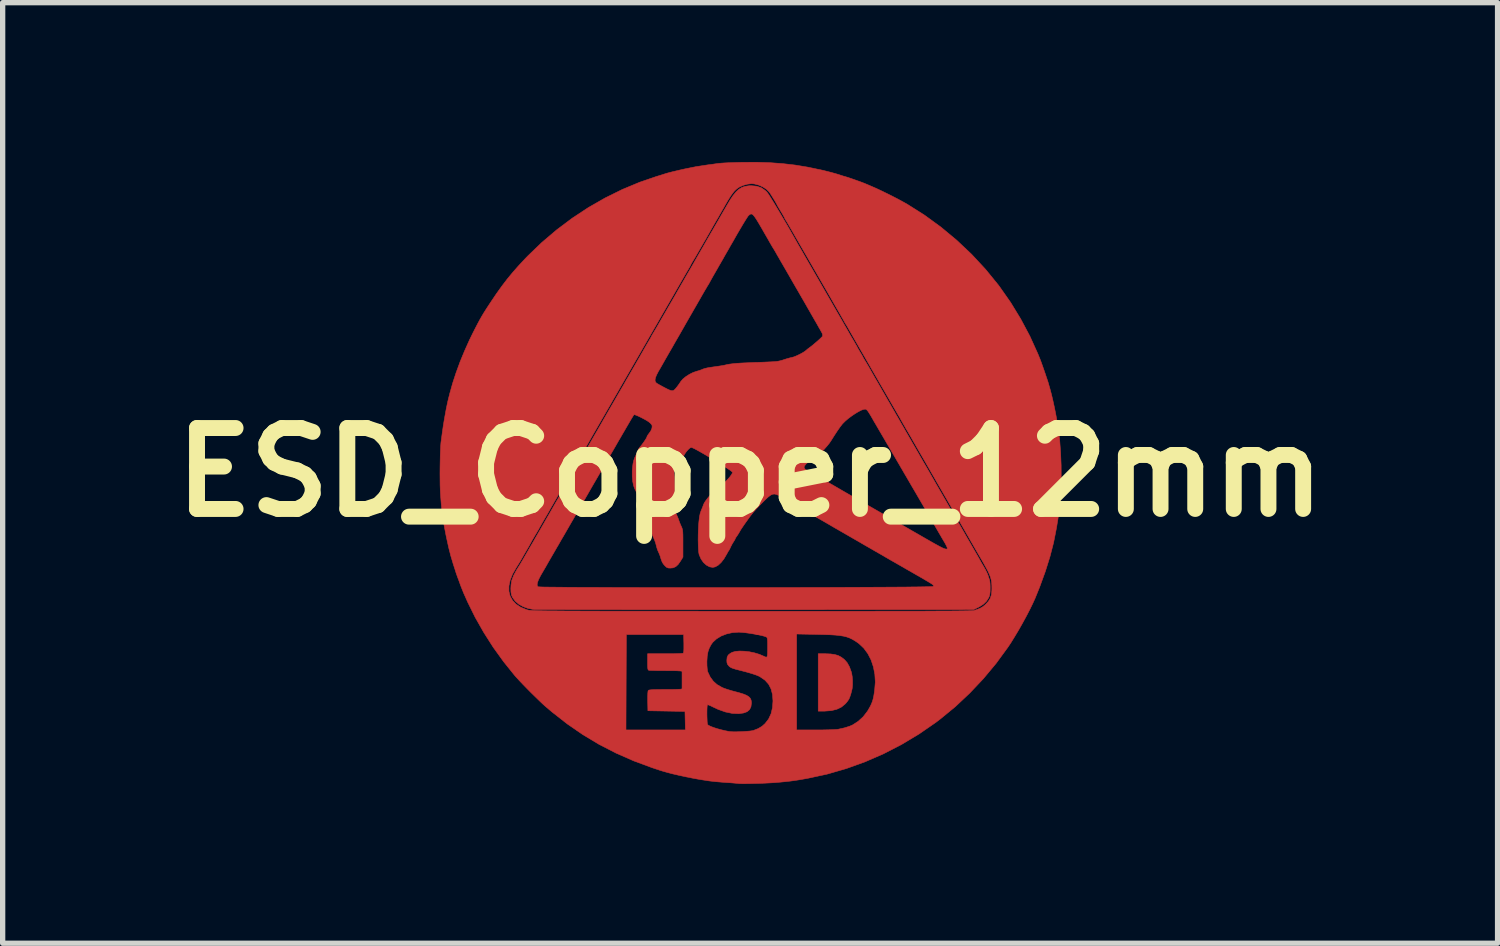
<source format=kicad_pcb>
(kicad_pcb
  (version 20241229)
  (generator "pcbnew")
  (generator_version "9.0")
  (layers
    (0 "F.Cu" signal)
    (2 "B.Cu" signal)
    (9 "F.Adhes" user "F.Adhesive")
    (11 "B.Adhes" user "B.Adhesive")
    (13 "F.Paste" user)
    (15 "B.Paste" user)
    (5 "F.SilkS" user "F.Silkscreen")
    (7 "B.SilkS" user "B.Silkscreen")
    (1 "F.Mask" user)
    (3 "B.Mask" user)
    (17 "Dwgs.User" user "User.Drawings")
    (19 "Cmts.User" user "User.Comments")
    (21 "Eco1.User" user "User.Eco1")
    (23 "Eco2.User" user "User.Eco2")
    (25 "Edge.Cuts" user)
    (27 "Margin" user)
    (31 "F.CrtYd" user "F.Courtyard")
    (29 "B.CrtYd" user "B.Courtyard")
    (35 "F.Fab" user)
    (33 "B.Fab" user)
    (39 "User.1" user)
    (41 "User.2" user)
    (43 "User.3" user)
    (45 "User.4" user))
  (footprint "ESD_Copper_12mm"
    (layer "F.Cu")
    (at 11.074 5.844)
    (property "Reference" "ESD_Copper_12mm" (at 0 0 0) (layer "F.SilkS") (effects (font (size 1.524 1.524) (thickness 0.3))))
    (attr through_hole)
    (fp_poly (pts (xy 1.518 3.42) (xy 1.596 3.431) (xy 1.662 3.451) (xy 1.721 3.483) (xy 1.774 3.524) (xy 1.827 3.583) (xy 1.871 3.662) (xy 1.905 3.755) (xy 1.912 3.78) (xy 1.923 3.846) (xy 1.929 3.923) (xy 1.929 4) (xy 1.923 4.067) (xy 1.917 4.096) (xy 1.898 4.17) (xy 1.88 4.225) (xy 1.862 4.268) (xy 1.839 4.304) (xy 1.81 4.34) (xy 1.792 4.36) (xy 1.721 4.419) (xy 1.634 4.461) (xy 1.53 4.487) (xy 1.408 4.496) (xy 1.396 4.496) (xy 1.283 4.496) (xy 1.283 3.416) (xy 1.421 3.416) (xy 1.518 3.42)) (stroke (width 0.01) (type solid)) (fill yes) (layer "F.Cu"))
    (fp_poly (pts (xy 0.372 -5.831) (xy 0.615 -5.813) (xy 0.849 -5.786) (xy 1.079 -5.748) (xy 1.181 -5.727) (xy 1.233 -5.716) (xy 1.285 -5.705) (xy 1.306 -5.701) (xy 1.372 -5.687) (xy 1.45 -5.667) (xy 1.533 -5.646) (xy 1.611 -5.624) (xy 1.675 -5.605) (xy 1.689 -5.6) (xy 1.738 -5.584) (xy 1.782 -5.571) (xy 1.81 -5.563) (xy 1.84 -5.554) (xy 1.887 -5.538) (xy 1.945 -5.518) (xy 2.007 -5.496) (xy 2.066 -5.475) (xy 2.117 -5.456) (xy 2.151 -5.443) (xy 2.153 -5.442) (xy 2.182 -5.43) (xy 2.227 -5.411) (xy 2.278 -5.389) (xy 2.292 -5.383) (xy 2.368 -5.35) (xy 2.46 -5.307) (xy 2.561 -5.258) (xy 2.666 -5.206) (xy 2.769 -5.153) (xy 2.862 -5.103) (xy 2.941 -5.059) (xy 2.954 -5.052) (xy 3.28 -4.846) (xy 3.592 -4.619) (xy 3.888 -4.373) (xy 4.169 -4.108) (xy 4.432 -3.825) (xy 4.676 -3.526) (xy 4.705 -3.486) (xy 4.909 -3.195) (xy 5.097 -2.886) (xy 5.268 -2.565) (xy 5.418 -2.234) (xy 5.46 -2.131) (xy 5.479 -2.081) (xy 5.502 -2.017) (xy 5.528 -1.943) (xy 5.555 -1.865) (xy 5.58 -1.79) (xy 5.603 -1.722) (xy 5.62 -1.668) (xy 5.628 -1.638) (xy 5.641 -1.593) (xy 5.653 -1.549) (xy 5.676 -1.463) (xy 5.701 -1.357) (xy 5.727 -1.239) (xy 5.752 -1.116) (xy 5.775 -0.992) (xy 5.795 -0.876) (xy 5.803 -0.819) (xy 5.83 -0.603) (xy 5.847 -0.372) (xy 5.857 -0.134) (xy 5.858 0.107) (xy 5.85 0.344) (xy 5.835 0.573) (xy 5.811 0.786) (xy 5.792 0.911) (xy 5.782 0.969) (xy 5.772 1.031) (xy 5.766 1.064) (xy 5.715 1.323) (xy 5.646 1.59) (xy 5.559 1.867) (xy 5.454 2.156) (xy 5.368 2.369) (xy 5.323 2.468) (xy 5.267 2.583) (xy 5.202 2.708) (xy 5.131 2.838) (xy 5.057 2.969) (xy 4.982 3.094) (xy 4.911 3.209) (xy 4.853 3.296) (xy 4.633 3.597) (xy 4.393 3.885) (xy 4.136 4.157) (xy 3.865 4.412) (xy 3.581 4.645) (xy 3.496 4.71) (xy 3.18 4.928) (xy 2.853 5.124) (xy 2.514 5.299) (xy 2.167 5.45) (xy 1.812 5.578) (xy 1.45 5.683) (xy 1.083 5.762) (xy 1.054 5.767) (xy 0.943 5.787) (xy 0.847 5.802) (xy 0.758 5.814) (xy 0.667 5.824) (xy 0.567 5.834) (xy 0.47 5.842) (xy 0.409 5.846) (xy 0.334 5.85) (xy 0.251 5.854) (xy 0.163 5.857) (xy 0.074 5.859) (xy -0.01 5.861) (xy -0.085 5.862) (xy -0.147 5.862) (xy -0.191 5.861) (xy -0.21 5.86) (xy -0.236 5.857) (xy -0.282 5.853) (xy -0.341 5.848) (xy -0.409 5.843) (xy -0.432 5.842) (xy -0.523 5.835) (xy -0.595 5.829) (xy -0.655 5.824) (xy -0.707 5.818) (xy -0.759 5.812) (xy -0.816 5.804) (xy -0.819 5.803) (xy -0.942 5.784) (xy -1.075 5.76) (xy -1.211 5.733) (xy -1.344 5.704) (xy -1.465 5.676) (xy -1.556 5.652) (xy -1.599 5.64) (xy -1.64 5.628) (xy -1.645 5.627) (xy -1.671 5.619) (xy -1.715 5.605) (xy -1.772 5.586) (xy -1.834 5.565) (xy -1.841 5.563) (xy -2.192 5.433) (xy -2.524 5.287) (xy -2.841 5.124) (xy -3.145 4.942) (xy -3.277 4.851) (xy -2.337 4.851) (xy -1.218 4.851) (xy -1.226 4.502) (xy -1.924 4.489) (xy -1.928 4.307) (xy -1.928 4.221) (xy -1.926 4.159) (xy -1.922 4.121) (xy -1.917 4.107) (xy -1.907 4.101) (xy -1.888 4.097) (xy -1.856 4.094) (xy -1.808 4.091) (xy -1.742 4.09) (xy -1.656 4.089) (xy -1.592 4.089) (xy -1.487 4.089) (xy -1.402 4.087) (xy -1.339 4.085) (xy -1.298 4.082) (xy -1.282 4.077) (xy -1.282 4.077) (xy -1.281 4.06) (xy -1.281 4.023) (xy -1.281 3.971) (xy -1.281 3.912) (xy -1.281 3.851) (xy -1.281 3.8) (xy -1.281 3.763) (xy -1.282 3.747) (xy -1.295 3.742) (xy -1.332 3.739) (xy -1.391 3.736) (xy -1.473 3.734) (xy -1.575 3.734) (xy -1.586 3.734) (xy -1.673 3.733) (xy -1.751 3.733) (xy -1.818 3.731) (xy -1.869 3.73) (xy -1.902 3.728) (xy -1.91 3.726) (xy -1.919 3.719) (xy -1.925 3.702) (xy -1.928 3.673) (xy -1.93 3.625) (xy -1.93 3.575) (xy -0.813 3.575) (xy -0.812 3.637) (xy -0.808 3.692) (xy -0.803 3.735) (xy -0.798 3.755) (xy -0.751 3.854) (xy -0.693 3.933) (xy -0.623 3.996) (xy -0.534 4.047) (xy -0.529 4.05) (xy -0.483 4.069) (xy -0.421 4.09) (xy -0.354 4.11) (xy -0.311 4.122) (xy -0.209 4.149) (xy -0.128 4.174) (xy -0.068 4.198) (xy -0.025 4.225) (xy 0.003 4.254) (xy 0.019 4.288) (xy 0.025 4.329) (xy 0.025 4.348) (xy 0.016 4.416) (xy -0.011 4.469) (xy -0.058 4.508) (xy -0.125 4.532) (xy -0.213 4.544) (xy -0.215 4.544) (xy -0.336 4.539) (xy -0.466 4.512) (xy -0.603 4.463) (xy -0.697 4.419) (xy -0.742 4.397) (xy -0.778 4.382) (xy -0.799 4.376) (xy -0.802 4.376) (xy -0.807 4.391) (xy -0.81 4.426) (xy -0.812 4.475) (xy -0.813 4.532) (xy -0.812 4.593) (xy -0.81 4.65) (xy -0.808 4.7) (xy -0.804 4.735) (xy -0.8 4.75) (xy -0.781 4.765) (xy -0.742 4.784) (xy -0.687 4.805) (xy -0.622 4.826) (xy -0.549 4.846) (xy -0.475 4.864) (xy -0.404 4.878) (xy -0.375 4.882) (xy -0.332 4.885) (xy -0.273 4.886) (xy -0.204 4.884) (xy -0.131 4.881) (xy -0.06 4.876) (xy 0.001 4.871) (xy 0.048 4.864) (xy 0.065 4.86) (xy 0.086 4.851) (xy 0.876 4.851) (xy 1.228 4.851) (xy 1.326 4.851) (xy 1.419 4.849) (xy 1.503 4.847) (xy 1.574 4.844) (xy 1.627 4.841) (xy 1.657 4.838) (xy 1.774 4.812) (xy 1.874 4.781) (xy 1.931 4.756) (xy 2.035 4.689) (xy 2.13 4.602) (xy 2.212 4.496) (xy 2.266 4.401) (xy 2.287 4.356) (xy 2.303 4.314) (xy 2.316 4.27) (xy 2.328 4.217) (xy 2.339 4.148) (xy 2.346 4.096) (xy 2.358 3.948) (xy 2.349 3.802) (xy 2.322 3.663) (xy 2.278 3.532) (xy 2.217 3.414) (xy 2.141 3.311) (xy 2.051 3.226) (xy 2.028 3.209) (xy 1.975 3.173) (xy 1.924 3.143) (xy 1.874 3.119) (xy 1.821 3.1) (xy 1.762 3.085) (xy 1.693 3.074) (xy 1.611 3.065) (xy 1.514 3.059) (xy 1.397 3.055) (xy 1.267 3.052) (xy 0.876 3.044) (xy 0.876 4.851) (xy 0.086 4.851) (xy 0.153 4.825) (xy 0.226 4.781) (xy 0.283 4.73) (xy 0.348 4.646) (xy 0.395 4.546) (xy 0.422 4.43) (xy 0.431 4.305) (xy 0.422 4.183) (xy 0.395 4.079) (xy 0.349 3.99) (xy 0.282 3.915) (xy 0.196 3.855) (xy 0.159 3.835) (xy 0.115 3.817) (xy 0.053 3.796) (xy -0.019 3.774) (xy -0.095 3.753) (xy -0.119 3.747) (xy -0.203 3.725) (xy -0.267 3.709) (xy -0.313 3.695) (xy -0.346 3.683) (xy -0.369 3.671) (xy -0.388 3.658) (xy -0.404 3.641) (xy -0.406 3.639) (xy -0.427 3.611) (xy -0.436 3.579) (xy -0.438 3.537) (xy -0.432 3.482) (xy -0.412 3.441) (xy -0.373 3.409) (xy -0.337 3.389) (xy -0.276 3.372) (xy -0.198 3.365) (xy -0.109 3.368) (xy -0.013 3.379) (xy 0.083 3.399) (xy 0.175 3.427) (xy 0.256 3.462) (xy 0.257 3.462) (xy 0.284 3.475) (xy 0.304 3.481) (xy 0.317 3.475) (xy 0.325 3.455) (xy 0.329 3.418) (xy 0.33 3.362) (xy 0.33 3.296) (xy 0.33 3.223) (xy 0.329 3.172) (xy 0.326 3.138) (xy 0.321 3.117) (xy 0.315 3.106) (xy 0.308 3.101) (xy 0.274 3.088) (xy 0.221 3.074) (xy 0.153 3.059) (xy 0.076 3.045) (xy -0.004 3.032) (xy -0.082 3.021) (xy -0.152 3.014) (xy -0.209 3.01) (xy -0.216 3.01) (xy -0.333 3.018) (xy -0.443 3.043) (xy -0.544 3.082) (xy -0.631 3.135) (xy -0.7 3.198) (xy -0.73 3.238) (xy -0.768 3.308) (xy -0.793 3.379) (xy -0.807 3.46) (xy -0.813 3.556) (xy -0.813 3.575) (xy -1.93 3.575) (xy -1.93 3.567) (xy -1.93 3.416) (xy -1.603 3.416) (xy -1.514 3.416) (xy -1.433 3.415) (xy -1.363 3.413) (xy -1.309 3.411) (xy -1.273 3.408) (xy -1.26 3.406) (xy -1.253 3.394) (xy -1.249 3.368) (xy -1.247 3.324) (xy -1.247 3.259) (xy -1.247 3.225) (xy -1.251 3.054) (xy -2.33 3.054) (xy -2.334 3.953) (xy -2.337 4.851) (xy -3.277 4.851) (xy -3.44 4.739) (xy -3.729 4.513) (xy -3.848 4.412) (xy -3.902 4.364) (xy -3.968 4.301) (xy -4.043 4.228) (xy -4.123 4.15) (xy -4.203 4.069) (xy -4.279 3.991) (xy -4.348 3.918) (xy -4.404 3.857) (xy -4.434 3.823) (xy -4.642 3.564) (xy -4.838 3.292) (xy -5.017 3.011) (xy -5.178 2.727) (xy -5.318 2.443) (xy -5.334 2.407) (xy -5.357 2.355) (xy -5.382 2.299) (xy -5.391 2.28) (xy -5.409 2.235) (xy -5.432 2.178) (xy -5.447 2.14) (xy -4.541 2.14) (xy -4.541 2.24) (xy -4.518 2.331) (xy -4.473 2.412) (xy -4.407 2.482) (xy -4.319 2.54) (xy -4.209 2.585) (xy -4.185 2.592) (xy -4.177 2.594) (xy -4.166 2.596) (xy -4.152 2.598) (xy -4.133 2.599) (xy -4.11 2.601) (xy -4.081 2.602) (xy -4.046 2.603) (xy -4.003 2.605) (xy -3.952 2.606) (xy -3.892 2.607) (xy -3.822 2.608) (xy -3.741 2.609) (xy -3.649 2.609) (xy -3.545 2.61) (xy -3.427 2.611) (xy -3.296 2.611) (xy -3.149 2.612) (xy -2.987 2.612) (xy -2.809 2.613) (xy -2.613 2.613) (xy -2.4 2.613) (xy -2.167 2.614) (xy -1.915 2.614) (xy -1.642 2.614) (xy -1.348 2.614) (xy -1.032 2.614) (xy -0.692 2.615) (xy -0.329 2.615) (xy 0.031 2.615) (xy 0.442 2.615) (xy 0.828 2.615) (xy 1.19 2.615) (xy 1.528 2.615) (xy 1.843 2.615) (xy 2.135 2.615) (xy 2.406 2.614) (xy 2.655 2.614) (xy 2.883 2.614) (xy 3.091 2.613) (xy 3.28 2.613) (xy 3.449 2.612) (xy 3.599 2.611) (xy 3.732 2.611) (xy 3.848 2.61) (xy 3.946 2.609) (xy 4.028 2.608) (xy 4.095 2.607) (xy 4.146 2.606) (xy 4.183 2.604) (xy 4.206 2.603) (xy 4.215 2.602) (xy 4.286 2.578) (xy 4.338 2.556) (xy 4.379 2.532) (xy 4.415 2.504) (xy 4.435 2.486) (xy 4.487 2.429) (xy 4.522 2.372) (xy 4.543 2.308) (xy 4.552 2.23) (xy 4.553 2.184) (xy 4.552 2.126) (xy 4.548 2.073) (xy 4.54 2.024) (xy 4.527 1.975) (xy 4.506 1.921) (xy 4.478 1.859) (xy 4.439 1.787) (xy 4.39 1.699) (xy 4.337 1.607) (xy 4.298 1.54) (xy 4.261 1.477) (xy 4.23 1.423) (xy 4.207 1.383) (xy 4.197 1.365) (xy 4.181 1.338) (xy 4.154 1.291) (xy 4.118 1.228) (xy 4.074 1.152) (xy 4.025 1.066) (xy 3.971 0.972) (xy 3.915 0.875) (xy 3.858 0.776) (xy 3.801 0.678) (xy 3.748 0.586) (xy 3.699 0.5) (xy 3.655 0.425) (xy 3.62 0.364) (xy 3.594 0.319) (xy 3.582 0.298) (xy 3.568 0.275) (xy 3.544 0.233) (xy 3.512 0.178) (xy 3.476 0.114) (xy 3.436 0.045) (xy 3.396 -0.025) (xy 3.358 -0.091) (xy 3.324 -0.15) (xy 3.298 -0.196) (xy 3.283 -0.222) (xy 3.264 -0.255) (xy 3.236 -0.303) (xy 3.205 -0.357) (xy 3.187 -0.387) (xy 3.156 -0.441) (xy 3.127 -0.491) (xy 3.105 -0.531) (xy 3.096 -0.546) (xy 3.08 -0.573) (xy 3.055 -0.617) (xy 3.024 -0.672) (xy 2.988 -0.733) (xy 2.975 -0.756) (xy 2.938 -0.818) (xy 2.904 -0.878) (xy 2.875 -0.928) (xy 2.855 -0.964) (xy 2.85 -0.972) (xy 2.836 -0.997) (xy 2.812 -1.04) (xy 2.778 -1.098) (xy 2.738 -1.167) (xy 2.694 -1.243) (xy 2.66 -1.302) (xy 2.615 -1.38) (xy 2.573 -1.453) (xy 2.536 -1.517) (xy 2.506 -1.569) (xy 2.485 -1.605) (xy 2.476 -1.62) (xy 2.462 -1.645) (xy 2.438 -1.686) (xy 2.407 -1.74) (xy 2.372 -1.801) (xy 2.355 -1.83) (xy 2.319 -1.893) (xy 2.284 -1.953) (xy 2.255 -2.004) (xy 2.234 -2.041) (xy 2.228 -2.051) (xy 2.214 -2.076) (xy 2.189 -2.119) (xy 2.156 -2.177) (xy 2.116 -2.246) (xy 2.072 -2.322) (xy 2.038 -2.381) (xy 1.992 -2.461) (xy 1.949 -2.536) (xy 1.91 -2.604) (xy 1.878 -2.66) (xy 1.855 -2.7) (xy 1.845 -2.718) (xy 1.825 -2.753) (xy 1.809 -2.78) (xy 1.803 -2.788) (xy 1.792 -2.805) (xy 1.774 -2.837) (xy 1.762 -2.859) (xy 1.748 -2.884) (xy 1.722 -2.929) (xy 1.688 -2.99) (xy 1.645 -3.064) (xy 1.596 -3.149) (xy 1.542 -3.243) (xy 1.486 -3.341) (xy 1.428 -3.442) (xy 1.37 -3.542) (xy 1.314 -3.639) (xy 1.262 -3.729) (xy 1.241 -3.766) (xy 1.206 -3.826) (xy 1.173 -3.884) (xy 1.145 -3.932) (xy 1.126 -3.965) (xy 1.124 -3.969) (xy 1.109 -3.994) (xy 1.085 -4.037) (xy 1.051 -4.095) (xy 1.011 -4.164) (xy 0.967 -4.24) (xy 0.933 -4.299) (xy 0.887 -4.379) (xy 0.844 -4.454) (xy 0.805 -4.522) (xy 0.773 -4.578) (xy 0.749 -4.618) (xy 0.739 -4.636) (xy 0.713 -4.681) (xy 0.686 -4.726) (xy 0.677 -4.74) (xy 0.659 -4.77) (xy 0.649 -4.79) (xy 0.648 -4.794) (xy 0.642 -4.806) (xy 0.625 -4.836) (xy 0.601 -4.878) (xy 0.578 -4.916) (xy 0.549 -4.964) (xy 0.526 -5.003) (xy 0.512 -5.028) (xy 0.508 -5.036) (xy 0.502 -5.049) (xy 0.485 -5.079) (xy 0.462 -5.119) (xy 0.435 -5.163) (xy 0.407 -5.208) (xy 0.383 -5.246) (xy 0.365 -5.273) (xy 0.362 -5.277) (xy 0.31 -5.33) (xy 0.24 -5.375) (xy 0.16 -5.41) (xy 0.079 -5.431) (xy 0.029 -5.436) (xy -0.047 -5.427) (xy -0.127 -5.405) (xy -0.2 -5.373) (xy -0.225 -5.358) (xy -0.26 -5.33) (xy -0.295 -5.297) (xy -0.33 -5.254) (xy -0.368 -5.2) (xy -0.412 -5.13) (xy -0.464 -5.041) (xy -0.492 -4.99) (xy -0.508 -4.963) (xy -0.533 -4.92) (xy -0.565 -4.864) (xy -0.6 -4.802) (xy -0.616 -4.775) (xy -0.659 -4.701) (xy -0.692 -4.644) (xy -0.719 -4.596) (xy -0.744 -4.553) (xy -0.769 -4.508) (xy -0.794 -4.464) (xy -0.813 -4.431) (xy -0.84 -4.383) (xy -0.872 -4.329) (xy -0.889 -4.299) (xy -0.921 -4.244) (xy -0.953 -4.189) (xy -0.978 -4.145) (xy -0.988 -4.128) (xy -1.012 -4.086) (xy -1.042 -4.035) (xy -1.069 -3.991) (xy -1.093 -3.951) (xy -1.11 -3.921) (xy -1.117 -3.906) (xy -1.118 -3.905) (xy -1.124 -3.892) (xy -1.139 -3.864) (xy -1.154 -3.839) (xy -1.168 -3.814) (xy -1.194 -3.771) (xy -1.229 -3.71) (xy -1.271 -3.637) (xy -1.32 -3.552) (xy -1.373 -3.46) (xy -1.429 -3.362) (xy -1.438 -3.346) (xy -1.506 -3.229) (xy -1.582 -3.097) (xy -1.664 -2.955) (xy -1.747 -2.81) (xy -1.829 -2.668) (xy -1.905 -2.536) (xy -1.95 -2.457) (xy -2.014 -2.346) (xy -2.08 -2.231) (xy -2.146 -2.117) (xy -2.21 -2.006) (xy -2.268 -1.905) (xy -2.319 -1.817) (xy -2.359 -1.747) (xy -2.36 -1.746) (xy -2.399 -1.678) (xy -2.448 -1.593) (xy -2.505 -1.493) (xy -2.569 -1.383) (xy -2.635 -1.268) (xy -2.703 -1.15) (xy -2.769 -1.035) (xy -2.788 -1.003) (xy -2.87 -0.861) (xy -2.952 -0.719) (xy -3.031 -0.58) (xy -3.108 -0.446) (xy -3.181 -0.32) (xy -3.249 -0.201) (xy -3.311 -0.094) (xy -3.366 0.001) (xy -3.412 0.081) (xy -3.449 0.145) (xy -3.475 0.191) (xy -3.489 0.216) (xy -3.504 0.241) (xy -3.529 0.284) (xy -3.561 0.34) (xy -3.598 0.404) (xy -3.628 0.457) (xy -3.668 0.525) (xy -3.705 0.59) (xy -3.738 0.647) (xy -3.763 0.69) (xy -3.774 0.711) (xy -3.793 0.744) (xy -3.821 0.793) (xy -3.855 0.851) (xy -3.89 0.911) (xy -3.891 0.913) (xy -3.922 0.967) (xy -3.948 1.012) (xy -3.966 1.044) (xy -3.975 1.06) (xy -3.975 1.06) (xy -3.981 1.072) (xy -3.998 1.101) (xy -4.022 1.142) (xy -4.045 1.18) (xy -4.073 1.228) (xy -4.096 1.267) (xy -4.111 1.293) (xy -4.115 1.3) (xy -4.121 1.312) (xy -4.137 1.341) (xy -4.16 1.383) (xy -4.18 1.417) (xy -4.215 1.478) (xy -4.253 1.543) (xy -4.286 1.601) (xy -4.296 1.619) (xy -4.33 1.677) (xy -4.37 1.742) (xy -4.404 1.796) (xy -4.473 1.917) (xy -4.518 2.032) (xy -4.541 2.14) (xy -5.447 2.14) (xy -5.453 2.122) (xy -5.454 2.121) (xy -5.474 2.065) (xy -5.495 2.008) (xy -5.512 1.963) (xy -5.512 1.962) (xy -5.529 1.916) (xy -5.544 1.87) (xy -5.549 1.854) (xy -5.559 1.821) (xy -5.575 1.772) (xy -5.592 1.719) (xy -5.595 1.709) (xy -5.636 1.572) (xy -5.675 1.419) (xy -5.713 1.246) (xy -5.728 1.175) (xy -5.75 1.06) (xy -5.769 0.96) (xy -5.783 0.869) (xy -5.796 0.781) (xy -5.806 0.689) (xy -5.816 0.588) (xy -5.825 0.471) (xy -5.83 0.4) (xy -5.834 0.326) (xy -5.837 0.236) (xy -5.838 0.133) (xy -5.839 0.023) (xy -5.838 -0.091) (xy -5.836 -0.205) (xy -5.834 -0.313) (xy -5.83 -0.411) (xy -5.826 -0.496) (xy -5.821 -0.562) (xy -5.817 -0.591) (xy -5.809 -0.648) (xy -5.8 -0.717) (xy -5.791 -0.783) (xy -5.79 -0.787) (xy -5.777 -0.879) (xy -5.76 -0.982) (xy -5.741 -1.089) (xy -5.722 -1.193) (xy -5.702 -1.289) (xy -5.684 -1.37) (xy -5.676 -1.402) (xy -5.664 -1.448) (xy -5.653 -1.493) (xy -5.651 -1.499) (xy -5.6 -1.681) (xy -5.536 -1.876) (xy -5.461 -2.081) (xy -5.376 -2.287) (xy -5.285 -2.49) (xy -5.22 -2.623) (xy -5.169 -2.723) (xy -5.126 -2.806) (xy -5.087 -2.878) (xy -5.05 -2.943) (xy -5.011 -3.008) (xy -4.966 -3.079) (xy -4.913 -3.16) (xy -4.882 -3.207) (xy -4.775 -3.366) (xy -4.673 -3.508) (xy -4.574 -3.638) (xy -4.471 -3.763) (xy -4.361 -3.888) (xy -4.238 -4.02) (xy -4.185 -4.075) (xy -3.922 -4.328) (xy -3.643 -4.565) (xy -3.35 -4.785) (xy -3.045 -4.986) (xy -2.729 -5.167) (xy -2.407 -5.326) (xy -2.078 -5.463) (xy -1.772 -5.568) (xy -1.71 -5.587) (xy -1.655 -5.604) (xy -1.612 -5.618) (xy -1.588 -5.626) (xy -1.587 -5.626) (xy -1.563 -5.633) (xy -1.518 -5.645) (xy -1.46 -5.66) (xy -1.392 -5.676) (xy -1.32 -5.693) (xy -1.249 -5.709) (xy -1.226 -5.714) (xy -1.017 -5.756) (xy -0.801 -5.789) (xy -0.787 -5.791) (xy -0.723 -5.799) (xy -0.654 -5.809) (xy -0.595 -5.817) (xy -0.591 -5.817) (xy -0.554 -5.821) (xy -0.497 -5.825) (xy -0.422 -5.829) (xy -0.336 -5.832) (xy -0.243 -5.835) (xy -0.159 -5.837) (xy 0.116 -5.839) (xy 0.372 -5.831)) (stroke (width 0.01) (type solid)) (fill yes) (layer "F.Cu"))
    (fp_poly (pts (xy 0.124 -5.388) (xy 0.208 -5.36) (xy 0.282 -5.31) (xy 0.315 -5.279) (xy 0.333 -5.256) (xy 0.362 -5.213) (xy 0.4 -5.152) (xy 0.448 -5.075) (xy 0.503 -4.983) (xy 0.565 -4.879) (xy 0.632 -4.765) (xy 0.704 -4.643) (xy 0.778 -4.514) (xy 0.854 -4.38) (xy 0.907 -4.286) (xy 0.92 -4.264) (xy 0.944 -4.222) (xy 0.978 -4.164) (xy 1.019 -4.092) (xy 1.066 -4.01) (xy 1.118 -3.92) (xy 1.171 -3.829) (xy 1.241 -3.707) (xy 1.314 -3.581) (xy 1.387 -3.454) (xy 1.459 -3.329) (xy 1.53 -3.206) (xy 1.597 -3.089) (xy 1.66 -2.98) (xy 1.718 -2.88) (xy 1.768 -2.792) (xy 1.811 -2.718) (xy 1.844 -2.66) (xy 1.867 -2.62) (xy 1.876 -2.603) (xy 1.894 -2.572) (xy 1.921 -2.527) (xy 1.951 -2.476) (xy 1.96 -2.46) (xy 1.986 -2.415) (xy 2.006 -2.38) (xy 2.018 -2.359) (xy 2.019 -2.355) (xy 2.025 -2.343) (xy 2.042 -2.314) (xy 2.065 -2.275) (xy 2.07 -2.267) (xy 2.094 -2.227) (xy 2.112 -2.196) (xy 2.121 -2.18) (xy 2.121 -2.179) (xy 2.127 -2.167) (xy 2.143 -2.138) (xy 2.166 -2.1) (xy 2.17 -2.094) (xy 2.2 -2.044) (xy 2.23 -1.993) (xy 2.251 -1.956) (xy 2.274 -1.916) (xy 2.308 -1.856) (xy 2.353 -1.777) (xy 2.409 -1.681) (xy 2.473 -1.569) (xy 2.545 -1.444) (xy 2.59 -1.365) (xy 2.63 -1.297) (xy 2.667 -1.232) (xy 2.699 -1.176) (xy 2.724 -1.134) (xy 2.736 -1.111) (xy 2.75 -1.087) (xy 2.775 -1.045) (xy 2.808 -0.987) (xy 2.848 -0.917) (xy 2.894 -0.838) (xy 2.942 -0.753) (xy 2.952 -0.737) (xy 3.013 -0.631) (xy 3.063 -0.544) (xy 3.103 -0.475) (xy 3.135 -0.419) (xy 3.16 -0.376) (xy 3.18 -0.341) (xy 3.196 -0.313) (xy 3.21 -0.288) (xy 3.223 -0.267) (xy 3.244 -0.23) (xy 3.27 -0.184) (xy 3.286 -0.158) (xy 3.314 -0.11) (xy 3.343 -0.06) (xy 3.356 -0.037) (xy 3.37 -0.013) (xy 3.395 0.031) (xy 3.429 0.09) (xy 3.47 0.162) (xy 3.517 0.244) (xy 3.568 0.332) (xy 3.6 0.387) (xy 3.653 0.479) (xy 3.703 0.566) (xy 3.749 0.646) (xy 3.789 0.716) (xy 3.821 0.772) (xy 3.844 0.812) (xy 3.851 0.826) (xy 3.878 0.872) (xy 3.904 0.916) (xy 3.918 0.94) (xy 3.942 0.979) (xy 3.968 1.025) (xy 3.978 1.041) (xy 3.993 1.068) (xy 4.019 1.113) (xy 4.053 1.173) (xy 4.093 1.243) (xy 4.138 1.32) (xy 4.17 1.376) (xy 4.214 1.452) (xy 4.253 1.52) (xy 4.286 1.577) (xy 4.311 1.621) (xy 4.326 1.649) (xy 4.331 1.657) (xy 4.337 1.669) (xy 4.353 1.697) (xy 4.377 1.738) (xy 4.398 1.773) (xy 4.429 1.828) (xy 4.456 1.881) (xy 4.476 1.926) (xy 4.482 1.943) (xy 4.495 1.985) (xy 4.507 2.02) (xy 4.51 2.029) (xy 4.515 2.055) (xy 4.519 2.098) (xy 4.521 2.152) (xy 4.521 2.179) (xy 4.52 2.243) (xy 4.515 2.29) (xy 4.506 2.328) (xy 4.494 2.358) (xy 4.452 2.426) (xy 4.394 2.482) (xy 4.317 2.532) (xy 4.296 2.542) (xy 4.21 2.584) (xy 0.089 2.586) (xy -0.234 2.586) (xy -0.55 2.586) (xy -0.858 2.586) (xy -1.159 2.586) (xy -1.45 2.586) (xy -1.731 2.586) (xy -2.001 2.586) (xy -2.259 2.586) (xy -2.504 2.585) (xy -2.735 2.585) (xy -2.951 2.585) (xy -3.151 2.585) (xy -3.334 2.585) (xy -3.499 2.584) (xy -3.646 2.584) (xy -3.773 2.584) (xy -3.879 2.584) (xy -3.963 2.583) (xy -4.025 2.583) (xy -4.063 2.583) (xy -4.077 2.582) (xy -4.18 2.563) (xy -4.275 2.528) (xy -4.358 2.481) (xy -4.425 2.423) (xy -4.473 2.357) (xy -4.494 2.308) (xy -4.503 2.254) (xy -4.505 2.187) (xy -4.502 2.127) (xy -4.01 2.127) (xy -3.994 2.154) (xy -3.993 2.155) (xy -3.979 2.156) (xy -3.939 2.158) (xy -3.878 2.16) (xy -3.794 2.161) (xy -3.69 2.162) (xy -3.566 2.163) (xy -3.425 2.165) (xy -3.266 2.166) (xy -3.092 2.167) (xy -2.904 2.167) (xy -2.702 2.168) (xy -2.489 2.169) (xy -2.264 2.169) (xy -2.031 2.17) (xy -1.788 2.17) (xy -1.539 2.17) (xy -1.284 2.171) (xy -1.024 2.171) (xy -0.761 2.171) (xy -0.495 2.171) (xy -0.229 2.17) (xy 0.037 2.17) (xy 0.302 2.17) (xy 0.564 2.169) (xy 0.823 2.169) (xy 1.076 2.168) (xy 1.323 2.168) (xy 1.562 2.167) (xy 1.793 2.166) (xy 2.014 2.165) (xy 2.223 2.164) (xy 2.421 2.163) (xy 2.604 2.162) (xy 2.773 2.161) (xy 2.926 2.16) (xy 3.061 2.158) (xy 3.178 2.157) (xy 3.275 2.155) (xy 3.352 2.154) (xy 3.406 2.152) (xy 3.437 2.151) (xy 3.444 2.149) (xy 3.45 2.144) (xy 3.454 2.139) (xy 3.455 2.134) (xy 3.452 2.127) (xy 3.442 2.118) (xy 3.425 2.104) (xy 3.397 2.086) (xy 3.359 2.063) (xy 3.307 2.032) (xy 3.241 1.993) (xy 3.158 1.946) (xy 3.058 1.888) (xy 2.937 1.819) (xy 2.877 1.784) (xy 2.8 1.74) (xy 2.72 1.694) (xy 2.644 1.651) (xy 2.579 1.613) (xy 2.546 1.594) (xy 2.492 1.562) (xy 2.441 1.533) (xy 2.401 1.51) (xy 2.381 1.498) (xy 2.348 1.48) (xy 2.297 1.45) (xy 2.229 1.411) (xy 2.147 1.364) (xy 2.053 1.309) (xy 1.948 1.249) (xy 1.836 1.184) (xy 1.718 1.116) (xy 1.596 1.046) (xy 1.473 0.974) (xy 1.35 0.903) (xy 1.23 0.834) (xy 1.115 0.768) (xy 1.006 0.705) (xy 0.907 0.648) (xy 0.819 0.597) (xy 0.745 0.554) (xy 0.686 0.519) (xy 0.645 0.495) (xy 0.623 0.483) (xy 0.622 0.482) (xy 0.559 0.446) (xy 0.508 0.421) (xy 0.466 0.409) (xy 0.428 0.411) (xy 0.389 0.428) (xy 0.346 0.46) (xy 0.293 0.509) (xy 0.238 0.563) (xy 0.184 0.618) (xy 0.133 0.672) (xy 0.089 0.72) (xy 0.056 0.757) (xy 0.047 0.769) (xy -0.005 0.836) (xy -0.055 0.906) (xy -0.103 0.973) (xy -0.144 1.033) (xy -0.176 1.081) (xy -0.193 1.111) (xy -0.218 1.154) (xy -0.244 1.194) (xy -0.249 1.201) (xy -0.269 1.229) (xy -0.279 1.248) (xy -0.279 1.25) (xy -0.286 1.266) (xy -0.303 1.294) (xy -0.315 1.313) (xy -0.34 1.354) (xy -0.362 1.397) (xy -0.368 1.41) (xy -0.384 1.445) (xy -0.399 1.471) (xy -0.401 1.473) (xy -0.416 1.496) (xy -0.435 1.531) (xy -0.444 1.547) (xy -0.492 1.629) (xy -0.545 1.697) (xy -0.601 1.749) (xy -0.656 1.78) (xy -0.703 1.79) (xy -0.764 1.779) (xy -0.824 1.746) (xy -0.879 1.696) (xy -0.924 1.631) (xy -0.956 1.557) (xy -0.961 1.543) (xy -0.968 1.501) (xy -0.973 1.439) (xy -0.976 1.361) (xy -0.978 1.272) (xy -0.977 1.178) (xy -0.974 1.082) (xy -0.969 0.991) (xy -0.964 0.929) (xy -0.953 0.838) (xy -0.939 0.769) (xy -0.921 0.719) (xy -0.901 0.672) (xy -0.883 0.625) (xy -0.876 0.605) (xy -0.859 0.57) (xy -0.827 0.523) (xy -0.786 0.47) (xy -0.739 0.417) (xy -0.693 0.369) (xy -0.651 0.331) (xy -0.63 0.316) (xy -0.582 0.281) (xy -0.529 0.237) (xy -0.476 0.188) (xy -0.426 0.137) (xy -0.383 0.088) (xy -0.351 0.045) (xy -0.333 0.012) (xy -0.33 0.001) (xy -0.341 -0.012) (xy -0.37 -0.035) (xy -0.416 -0.066) (xy -0.461 -0.096) (xy 1.016 -0.096) (xy 1.028 -0.067) (xy 1.051 -0.05) (xy 1.083 -0.033) (xy 1.124 -0.01) (xy 1.143 0.001) (xy 1.163 0.013) (xy 1.203 0.036) (xy 1.261 0.07) (xy 1.336 0.113) (xy 1.426 0.165) (xy 1.53 0.224) (xy 1.644 0.29) (xy 1.768 0.362) (xy 1.9 0.438) (xy 2.037 0.517) (xy 2.089 0.547) (xy 2.237 0.632) (xy 2.387 0.718) (xy 2.535 0.803) (xy 2.679 0.886) (xy 2.816 0.966) (xy 2.945 1.04) (xy 3.061 1.107) (xy 3.164 1.166) (xy 3.249 1.215) (xy 3.315 1.253) (xy 3.418 1.312) (xy 3.502 1.359) (xy 3.568 1.395) (xy 3.619 1.421) (xy 3.657 1.437) (xy 3.683 1.444) (xy 3.701 1.445) (xy 3.712 1.439) (xy 3.715 1.435) (xy 3.712 1.419) (xy 3.699 1.388) (xy 3.678 1.348) (xy 3.676 1.343) (xy 3.649 1.297) (xy 3.624 1.255) (xy 3.607 1.226) (xy 3.591 1.198) (xy 3.564 1.152) (xy 3.528 1.09) (xy 3.484 1.014) (xy 3.435 0.929) (xy 3.381 0.837) (xy 3.325 0.74) (xy 3.268 0.642) (xy 3.212 0.546) (xy 3.159 0.455) (xy 3.111 0.372) (xy 3.068 0.299) (xy 3.038 0.248) (xy 2.993 0.17) (xy 2.947 0.091) (xy 2.903 0.016) (xy 2.866 -0.048) (xy 2.838 -0.095) (xy 2.838 -0.095) (xy 2.816 -0.134) (xy 2.782 -0.192) (xy 2.74 -0.264) (xy 2.692 -0.347) (xy 2.639 -0.437) (xy 2.584 -0.531) (xy 2.553 -0.584) (xy 2.5 -0.675) (xy 2.45 -0.76) (xy 2.405 -0.837) (xy 2.367 -0.903) (xy 2.336 -0.955) (xy 2.316 -0.99) (xy 2.309 -1.003) (xy 2.269 -1.072) (xy 2.238 -1.122) (xy 2.215 -1.156) (xy 2.196 -1.177) (xy 2.181 -1.187) (xy 2.173 -1.19) (xy 2.142 -1.187) (xy 2.096 -1.171) (xy 2.039 -1.142) (xy 1.976 -1.104) (xy 1.911 -1.06) (xy 1.848 -1.013) (xy 1.791 -0.964) (xy 1.744 -0.917) (xy 1.736 -0.908) (xy 1.694 -0.854) (xy 1.642 -0.779) (xy 1.579 -0.683) (xy 1.524 -0.595) (xy 1.492 -0.548) (xy 1.448 -0.494) (xy 1.398 -0.437) (xy 1.344 -0.38) (xy 1.29 -0.327) (xy 1.24 -0.281) (xy 1.197 -0.247) (xy 1.165 -0.227) (xy 1.156 -0.224) (xy 1.122 -0.21) (xy 1.084 -0.184) (xy 1.049 -0.152) (xy 1.024 -0.119) (xy 1.016 -0.096) (xy -0.461 -0.096) (xy -0.475 -0.105) (xy -0.543 -0.149) (xy -0.619 -0.196) (xy -0.698 -0.244) (xy -0.778 -0.292) (xy -0.856 -0.338) (xy -0.929 -0.38) (xy -0.993 -0.416) (xy -1.046 -0.444) (xy -1.085 -0.462) (xy -1.106 -0.469) (xy -1.107 -0.469) (xy -1.132 -0.459) (xy -1.165 -0.43) (xy -1.2 -0.39) (xy -1.233 -0.342) (xy -1.258 -0.295) (xy -1.278 -0.263) (xy -1.309 -0.221) (xy -1.347 -0.178) (xy -1.351 -0.173) (xy -1.386 -0.134) (xy -1.414 -0.097) (xy -1.429 -0.071) (xy -1.431 -0.067) (xy -1.433 -0.04) (xy -1.433 0.004) (xy -1.43 0.057) (xy -1.428 0.074) (xy -1.423 0.162) (xy -1.42 0.266) (xy -1.42 0.388) (xy -1.423 0.532) (xy -1.424 0.572) (xy -1.426 0.633) (xy -1.425 0.677) (xy -1.42 0.71) (xy -1.411 0.739) (xy -1.396 0.773) (xy -1.395 0.775) (xy -1.372 0.825) (xy -1.351 0.876) (xy -1.342 0.902) (xy -1.325 0.949) (xy -1.303 1.001) (xy -1.293 1.022) (xy -1.283 1.045) (xy -1.276 1.068) (xy -1.27 1.094) (xy -1.267 1.128) (xy -1.265 1.174) (xy -1.264 1.236) (xy -1.264 1.318) (xy -1.264 1.341) (xy -1.264 1.596) (xy -1.31 1.671) (xy -1.355 1.735) (xy -1.4 1.776) (xy -1.45 1.798) (xy -1.501 1.803) (xy -1.541 1.801) (xy -1.569 1.791) (xy -1.596 1.767) (xy -1.607 1.756) (xy -1.632 1.727) (xy -1.65 1.699) (xy -1.665 1.666) (xy -1.681 1.619) (xy -1.69 1.587) (xy -1.706 1.543) (xy -1.724 1.502) (xy -1.729 1.492) (xy -1.744 1.457) (xy -1.758 1.411) (xy -1.765 1.385) (xy -1.779 1.33) (xy -1.8 1.272) (xy -1.809 1.251) (xy -1.83 1.202) (xy -1.848 1.151) (xy -1.854 1.13) (xy -1.868 1.087) (xy -1.889 1.035) (xy -1.906 0.995) (xy -1.925 0.95) (xy -1.939 0.91) (xy -1.943 0.886) (xy -1.949 0.857) (xy -1.964 0.818) (xy -1.975 0.793) (xy -1.999 0.741) (xy -2.019 0.684) (xy -2.026 0.663) (xy -2.043 0.61) (xy -2.066 0.555) (xy -2.075 0.536) (xy -2.097 0.49) (xy -2.116 0.443) (xy -2.121 0.425) (xy -2.137 0.382) (xy -2.159 0.334) (xy -2.168 0.318) (xy -2.193 0.254) (xy -2.21 0.172) (xy -2.219 0.076) (xy -2.219 -0.028) (xy -2.213 -0.098) (xy -2.204 -0.168) (xy -2.192 -0.221) (xy -2.175 -0.27) (xy -2.154 -0.315) (xy -2.132 -0.359) (xy -2.116 -0.396) (xy -2.109 -0.418) (xy -2.108 -0.42) (xy -2.101 -0.438) (xy -2.082 -0.466) (xy -2.073 -0.476) (xy -2.036 -0.522) (xy -2.001 -0.57) (xy -1.972 -0.613) (xy -1.951 -0.647) (xy -1.943 -0.667) (xy -1.943 -0.668) (xy -1.935 -0.687) (xy -1.916 -0.716) (xy -1.907 -0.727) (xy -1.87 -0.779) (xy -1.848 -0.831) (xy -1.844 -0.876) (xy -1.844 -0.877) (xy -1.856 -0.902) (xy -1.885 -0.932) (xy -1.905 -0.948) (xy -1.94 -0.972) (xy -1.986 -0.998) (xy -2.037 -1.025) (xy -2.087 -1.05) (xy -2.132 -1.07) (xy -2.167 -1.083) (xy -2.184 -1.086) (xy -2.185 -1.086) (xy -2.195 -1.073) (xy -2.214 -1.042) (xy -2.241 -0.998) (xy -2.272 -0.945) (xy -2.277 -0.936) (xy -2.314 -0.873) (xy -2.359 -0.795) (xy -2.407 -0.713) (xy -2.453 -0.633) (xy -2.467 -0.61) (xy -2.496 -0.56) (xy -2.535 -0.491) (xy -2.584 -0.407) (xy -2.64 -0.311) (xy -2.701 -0.206) (xy -2.765 -0.094) (xy -2.831 0.019) (xy -2.879 0.102) (xy -2.943 0.212) (xy -3.006 0.321) (xy -3.065 0.424) (xy -3.12 0.519) (xy -3.169 0.603) (xy -3.21 0.673) (xy -3.24 0.726) (xy -3.258 0.756) (xy -3.289 0.81) (xy -3.318 0.861) (xy -3.341 0.901) (xy -3.353 0.921) (xy -3.364 0.94) (xy -3.386 0.978) (xy -3.418 1.034) (xy -3.458 1.103) (xy -3.505 1.185) (xy -3.558 1.275) (xy -3.613 1.372) (xy -3.632 1.403) (xy -3.69 1.504) (xy -3.747 1.602) (xy -3.8 1.694) (xy -3.847 1.777) (xy -3.888 1.847) (xy -3.92 1.902) (xy -3.941 1.938) (xy -3.944 1.943) (xy -3.984 2.021) (xy -4.006 2.083) (xy -4.01 2.127) (xy -4.502 2.127) (xy -4.501 2.115) (xy -4.491 2.049) (xy -4.487 2.032) (xy -4.452 1.94) (xy -4.398 1.84) (xy -4.387 1.822) (xy -4.366 1.789) (xy -4.344 1.754) (xy -4.319 1.713) (xy -4.29 1.664) (xy -4.255 1.603) (xy -4.211 1.527) (xy -4.157 1.433) (xy -4.147 1.416) (xy -4.115 1.361) (xy -4.086 1.311) (xy -4.063 1.271) (xy -4.052 1.251) (xy -4.034 1.22) (xy -4.006 1.172) (xy -3.972 1.113) (xy -3.934 1.047) (xy -3.894 0.977) (xy -3.855 0.909) (xy -3.819 0.846) (xy -3.788 0.793) (xy -3.766 0.755) (xy -3.756 0.737) (xy -3.742 0.713) (xy -3.718 0.671) (xy -3.686 0.614) (xy -3.648 0.548) (xy -3.605 0.475) (xy -3.588 0.445) (xy -3.536 0.355) (xy -3.48 0.257) (xy -3.422 0.157) (xy -3.369 0.064) (xy -3.325 -0.013) (xy -3.297 -0.06) (xy -3.258 -0.128) (xy -3.21 -0.212) (xy -3.153 -0.31) (xy -3.089 -0.421) (xy -3.02 -0.541) (xy -2.947 -0.669) (xy -2.871 -0.8) (xy -2.794 -0.934) (xy -2.769 -0.978) (xy -2.654 -1.178) (xy -2.55 -1.357) (xy -2.459 -1.516) (xy -2.377 -1.657) (xy -2.333 -1.735) (xy -1.79 -1.735) (xy -1.782 -1.703) (xy -1.768 -1.685) (xy -1.748 -1.671) (xy -1.71 -1.649) (xy -1.661 -1.622) (xy -1.608 -1.594) (xy -1.546 -1.562) (xy -1.501 -1.543) (xy -1.468 -1.536) (xy -1.443 -1.541) (xy -1.419 -1.559) (xy -1.393 -1.589) (xy -1.381 -1.603) (xy -1.348 -1.647) (xy -1.315 -1.695) (xy -1.304 -1.712) (xy -1.265 -1.757) (xy -1.209 -1.803) (xy -1.143 -1.845) (xy -1.073 -1.88) (xy -1.01 -1.902) (xy -0.96 -1.916) (xy -0.913 -1.933) (xy -0.888 -1.944) (xy -0.856 -1.955) (xy -0.805 -1.967) (xy -0.741 -1.978) (xy -0.678 -1.987) (xy -0.613 -1.996) (xy -0.554 -2.005) (xy -0.506 -2.013) (xy -0.478 -2.019) (xy -0.476 -2.019) (xy -0.435 -2.029) (xy -0.383 -2.038) (xy -0.32 -2.046) (xy -0.242 -2.053) (xy -0.147 -2.059) (xy -0.032 -2.064) (xy 0.105 -2.07) (xy 0.13 -2.07) (xy 0.241 -2.074) (xy 0.329 -2.078) (xy 0.399 -2.081) (xy 0.454 -2.084) (xy 0.497 -2.088) (xy 0.532 -2.093) (xy 0.563 -2.1) (xy 0.592 -2.107) (xy 0.623 -2.117) (xy 0.632 -2.12) (xy 0.688 -2.138) (xy 0.741 -2.153) (xy 0.782 -2.163) (xy 0.792 -2.165) (xy 0.828 -2.175) (xy 0.876 -2.195) (xy 0.93 -2.22) (xy 0.982 -2.248) (xy 1.025 -2.274) (xy 1.052 -2.295) (xy 1.054 -2.296) (xy 1.079 -2.319) (xy 1.105 -2.338) (xy 1.136 -2.361) (xy 1.177 -2.393) (xy 1.223 -2.432) (xy 1.27 -2.472) (xy 1.312 -2.51) (xy 1.344 -2.541) (xy 1.363 -2.561) (xy 1.364 -2.563) (xy 1.366 -2.59) (xy 1.356 -2.621) (xy 1.346 -2.639) (xy 1.325 -2.677) (xy 1.293 -2.732) (xy 1.253 -2.804) (xy 1.203 -2.89) (xy 1.147 -2.988) (xy 1.085 -3.096) (xy 1.019 -3.212) (xy 0.948 -3.334) (xy 0.934 -3.359) (xy 0.862 -3.483) (xy 0.794 -3.601) (xy 0.73 -3.713) (xy 0.671 -3.815) (xy 0.619 -3.905) (xy 0.574 -3.982) (xy 0.539 -4.044) (xy 0.513 -4.088) (xy 0.499 -4.113) (xy 0.498 -4.115) (xy 0.473 -4.159) (xy 0.447 -4.203) (xy 0.438 -4.216) (xy 0.414 -4.256) (xy 0.388 -4.301) (xy 0.378 -4.318) (xy 0.362 -4.346) (xy 0.336 -4.392) (xy 0.302 -4.451) (xy 0.262 -4.52) (xy 0.22 -4.594) (xy 0.207 -4.616) (xy 0.156 -4.703) (xy 0.116 -4.768) (xy 0.084 -4.815) (xy 0.058 -4.846) (xy 0.037 -4.862) (xy 0.017 -4.865) (xy -0.003 -4.857) (xy -0.024 -4.84) (xy -0.029 -4.836) (xy -0.043 -4.818) (xy -0.067 -4.781) (xy -0.101 -4.727) (xy -0.141 -4.661) (xy -0.187 -4.583) (xy -0.237 -4.498) (xy -0.264 -4.451) (xy -0.321 -4.35) (xy -0.369 -4.268) (xy -0.407 -4.2) (xy -0.439 -4.145) (xy -0.466 -4.098) (xy -0.49 -4.056) (xy -0.512 -4.016) (xy -0.536 -3.975) (xy -0.563 -3.928) (xy -0.595 -3.873) (xy -0.616 -3.835) (xy -0.654 -3.769) (xy -0.691 -3.705) (xy -0.723 -3.648) (xy -0.747 -3.605) (xy -0.753 -3.594) (xy -0.774 -3.555) (xy -0.792 -3.525) (xy -0.801 -3.512) (xy -0.809 -3.498) (xy -0.828 -3.465) (xy -0.858 -3.415) (xy -0.896 -3.349) (xy -0.941 -3.27) (xy -0.992 -3.181) (xy -1.048 -3.084) (xy -1.087 -3.016) (xy -1.152 -2.903) (xy -1.219 -2.786) (xy -1.285 -2.67) (xy -1.349 -2.558) (xy -1.408 -2.456) (xy -1.459 -2.366) (xy -1.501 -2.293) (xy -1.509 -2.28) (xy -1.556 -2.198) (xy -1.603 -2.116) (xy -1.647 -2.038) (xy -1.686 -1.97) (xy -1.716 -1.918) (xy -1.723 -1.907) (xy -1.761 -1.834) (xy -1.783 -1.778) (xy -1.79 -1.735) (xy -2.333 -1.735) (xy -2.306 -1.781) (xy -2.244 -1.889) (xy -2.19 -1.982) (xy -2.144 -2.062) (xy -2.106 -2.129) (xy -2.073 -2.185) (xy -2.047 -2.232) (xy -2.025 -2.269) (xy -2.008 -2.3) (xy -1.994 -2.324) (xy -1.983 -2.343) (xy -1.975 -2.358) (xy -1.967 -2.371) (xy -1.962 -2.381) (xy -1.935 -2.427) (xy -1.908 -2.473) (xy -1.897 -2.492) (xy -1.879 -2.522) (xy -1.868 -2.542) (xy -1.867 -2.545) (xy -1.861 -2.557) (xy -1.845 -2.586) (xy -1.822 -2.625) (xy -1.818 -2.631) (xy -1.803 -2.657) (xy -1.776 -2.702) (xy -1.741 -2.763) (xy -1.697 -2.839) (xy -1.647 -2.926) (xy -1.592 -3.021) (xy -1.534 -3.122) (xy -1.474 -3.225) (xy -1.414 -3.329) (xy -1.356 -3.431) (xy -1.301 -3.527) (xy -1.25 -3.615) (xy -1.244 -3.626) (xy -1.229 -3.653) (xy -1.204 -3.696) (xy -1.175 -3.746) (xy -1.156 -3.778) (xy -1.124 -3.833) (xy -1.094 -3.885) (xy -1.07 -3.927) (xy -1.061 -3.943) (xy -1.046 -3.97) (xy -1.02 -4.015) (xy -0.987 -4.073) (xy -0.949 -4.139) (xy -0.908 -4.209) (xy -0.908 -4.21) (xy -0.868 -4.279) (xy -0.831 -4.344) (xy -0.8 -4.399) (xy -0.776 -4.44) (xy -0.762 -4.463) (xy -0.762 -4.464) (xy -0.748 -4.489) (xy -0.724 -4.53) (xy -0.693 -4.583) (xy -0.659 -4.643) (xy -0.648 -4.661) (xy -0.609 -4.729) (xy -0.562 -4.81) (xy -0.512 -4.898) (xy -0.463 -4.982) (xy -0.441 -5.02) (xy -0.377 -5.128) (xy -0.319 -5.215) (xy -0.264 -5.281) (xy -0.21 -5.331) (xy -0.154 -5.365) (xy -0.093 -5.386) (xy -0.024 -5.396) (xy 0.027 -5.397) (xy 0.124 -5.388)) (stroke (width 0.01) (type solid)) (fill yes) (layer "F.Cu"))
    (fp_poly (pts (xy 1.518 3.42) (xy 1.596 3.431) (xy 1.662 3.451) (xy 1.721 3.483) (xy 1.774 3.524) (xy 1.827 3.583) (xy 1.871 3.662) (xy 1.905 3.755) (xy 1.912 3.78) (xy 1.923 3.846) (xy 1.929 3.923) (xy 1.929 4) (xy 1.923 4.067) (xy 1.917 4.096) (xy 1.898 4.17) (xy 1.88 4.225) (xy 1.862 4.268) (xy 1.839 4.304) (xy 1.81 4.34) (xy 1.792 4.36) (xy 1.721 4.419) (xy 1.634 4.461) (xy 1.53 4.487) (xy 1.408 4.496) (xy 1.396 4.496) (xy 1.283 4.496) (xy 1.283 3.416) (xy 1.421 3.416) (xy 1.518 3.42)) (stroke (width 0.01) (type solid)) (fill yes) (layer "F.Mask"))
    (fp_poly (pts (xy 0.372 -5.831) (xy 0.615 -5.813) (xy 0.849 -5.786) (xy 1.079 -5.748) (xy 1.181 -5.727) (xy 1.233 -5.716) (xy 1.285 -5.705) (xy 1.306 -5.701) (xy 1.372 -5.687) (xy 1.45 -5.667) (xy 1.533 -5.646) (xy 1.611 -5.624) (xy 1.675 -5.605) (xy 1.689 -5.6) (xy 1.738 -5.584) (xy 1.782 -5.571) (xy 1.81 -5.563) (xy 1.84 -5.554) (xy 1.887 -5.538) (xy 1.945 -5.518) (xy 2.007 -5.496) (xy 2.066 -5.475) (xy 2.117 -5.456) (xy 2.151 -5.443) (xy 2.153 -5.442) (xy 2.182 -5.43) (xy 2.227 -5.411) (xy 2.278 -5.389) (xy 2.292 -5.383) (xy 2.368 -5.35) (xy 2.46 -5.307) (xy 2.561 -5.258) (xy 2.666 -5.206) (xy 2.769 -5.153) (xy 2.862 -5.103) (xy 2.941 -5.059) (xy 2.954 -5.052) (xy 3.28 -4.846) (xy 3.592 -4.619) (xy 3.888 -4.373) (xy 4.169 -4.108) (xy 4.432 -3.825) (xy 4.676 -3.526) (xy 4.705 -3.486) (xy 4.909 -3.195) (xy 5.097 -2.886) (xy 5.268 -2.565) (xy 5.418 -2.234) (xy 5.46 -2.131) (xy 5.479 -2.081) (xy 5.502 -2.017) (xy 5.528 -1.943) (xy 5.555 -1.865) (xy 5.58 -1.79) (xy 5.603 -1.722) (xy 5.62 -1.668) (xy 5.628 -1.638) (xy 5.641 -1.593) (xy 5.653 -1.549) (xy 5.676 -1.463) (xy 5.701 -1.357) (xy 5.727 -1.239) (xy 5.752 -1.116) (xy 5.775 -0.992) (xy 5.795 -0.876) (xy 5.803 -0.819) (xy 5.83 -0.603) (xy 5.847 -0.372) (xy 5.857 -0.134) (xy 5.858 0.107) (xy 5.85 0.344) (xy 5.835 0.573) (xy 5.811 0.786) (xy 5.792 0.911) (xy 5.782 0.969) (xy 5.772 1.031) (xy 5.766 1.064) (xy 5.715 1.323) (xy 5.646 1.59) (xy 5.559 1.867) (xy 5.454 2.156) (xy 5.368 2.369) (xy 5.323 2.468) (xy 5.267 2.583) (xy 5.202 2.708) (xy 5.131 2.838) (xy 5.057 2.969) (xy 4.982 3.094) (xy 4.911 3.209) (xy 4.853 3.296) (xy 4.633 3.597) (xy 4.393 3.885) (xy 4.136 4.157) (xy 3.865 4.412) (xy 3.581 4.645) (xy 3.496 4.71) (xy 3.18 4.928) (xy 2.853 5.124) (xy 2.514 5.299) (xy 2.167 5.45) (xy 1.812 5.578) (xy 1.45 5.683) (xy 1.083 5.762) (xy 1.054 5.767) (xy 0.943 5.787) (xy 0.847 5.802) (xy 0.758 5.814) (xy 0.667 5.824) (xy 0.567 5.834) (xy 0.47 5.842) (xy 0.409 5.846) (xy 0.334 5.85) (xy 0.251 5.854) (xy 0.163 5.857) (xy 0.074 5.859) (xy -0.01 5.861) (xy -0.085 5.862) (xy -0.147 5.862) (xy -0.191 5.861) (xy -0.21 5.86) (xy -0.236 5.857) (xy -0.282 5.853) (xy -0.341 5.848) (xy -0.409 5.843) (xy -0.432 5.842) (xy -0.523 5.835) (xy -0.595 5.829) (xy -0.655 5.824) (xy -0.707 5.818) (xy -0.759 5.812) (xy -0.816 5.804) (xy -0.819 5.803) (xy -0.942 5.784) (xy -1.075 5.76) (xy -1.211 5.733) (xy -1.344 5.704) (xy -1.465 5.676) (xy -1.556 5.652) (xy -1.599 5.64) (xy -1.64 5.628) (xy -1.645 5.627) (xy -1.671 5.619) (xy -1.715 5.605) (xy -1.772 5.586) (xy -1.834 5.565) (xy -1.841 5.563) (xy -2.192 5.433) (xy -2.524 5.287) (xy -2.841 5.124) (xy -3.145 4.942) (xy -3.277 4.851) (xy -2.337 4.851) (xy -1.218 4.851) (xy -1.226 4.502) (xy -1.924 4.489) (xy -1.928 4.307) (xy -1.928 4.221) (xy -1.926 4.159) (xy -1.922 4.121) (xy -1.917 4.107) (xy -1.907 4.101) (xy -1.888 4.097) (xy -1.856 4.094) (xy -1.808 4.091) (xy -1.742 4.09) (xy -1.656 4.089) (xy -1.592 4.089) (xy -1.487 4.089) (xy -1.402 4.087) (xy -1.339 4.085) (xy -1.298 4.082) (xy -1.282 4.077) (xy -1.282 4.077) (xy -1.281 4.06) (xy -1.281 4.023) (xy -1.281 3.971) (xy -1.281 3.912) (xy -1.281 3.851) (xy -1.281 3.8) (xy -1.281 3.763) (xy -1.282 3.747) (xy -1.295 3.742) (xy -1.332 3.739) (xy -1.391 3.736) (xy -1.473 3.734) (xy -1.575 3.734) (xy -1.586 3.734) (xy -1.673 3.733) (xy -1.751 3.733) (xy -1.818 3.731) (xy -1.869 3.73) (xy -1.902 3.728) (xy -1.91 3.726) (xy -1.919 3.719) (xy -1.925 3.702) (xy -1.928 3.673) (xy -1.93 3.625) (xy -1.93 3.575) (xy -0.813 3.575) (xy -0.812 3.637) (xy -0.808 3.692) (xy -0.803 3.735) (xy -0.798 3.755) (xy -0.751 3.854) (xy -0.693 3.933) (xy -0.623 3.996) (xy -0.534 4.047) (xy -0.529 4.05) (xy -0.483 4.069) (xy -0.421 4.09) (xy -0.354 4.11) (xy -0.311 4.122) (xy -0.209 4.149) (xy -0.128 4.174) (xy -0.068 4.198) (xy -0.025 4.225) (xy 0.003 4.254) (xy 0.019 4.288) (xy 0.025 4.329) (xy 0.025 4.348) (xy 0.016 4.416) (xy -0.011 4.469) (xy -0.058 4.508) (xy -0.125 4.532) (xy -0.213 4.544) (xy -0.215 4.544) (xy -0.336 4.539) (xy -0.466 4.512) (xy -0.603 4.463) (xy -0.697 4.419) (xy -0.742 4.397) (xy -0.778 4.382) (xy -0.799 4.376) (xy -0.802 4.376) (xy -0.807 4.391) (xy -0.81 4.426) (xy -0.812 4.475) (xy -0.813 4.532) (xy -0.812 4.593) (xy -0.81 4.65) (xy -0.808 4.7) (xy -0.804 4.735) (xy -0.8 4.75) (xy -0.781 4.765) (xy -0.742 4.784) (xy -0.687 4.805) (xy -0.622 4.826) (xy -0.549 4.846) (xy -0.475 4.864) (xy -0.404 4.878) (xy -0.375 4.882) (xy -0.332 4.885) (xy -0.273 4.886) (xy -0.204 4.884) (xy -0.131 4.881) (xy -0.06 4.876) (xy 0.001 4.871) (xy 0.048 4.864) (xy 0.065 4.86) (xy 0.086 4.851) (xy 0.876 4.851) (xy 1.228 4.851) (xy 1.326 4.851) (xy 1.419 4.849) (xy 1.503 4.847) (xy 1.574 4.844) (xy 1.627 4.841) (xy 1.657 4.838) (xy 1.774 4.812) (xy 1.874 4.781) (xy 1.931 4.756) (xy 2.035 4.689) (xy 2.13 4.602) (xy 2.212 4.496) (xy 2.266 4.401) (xy 2.287 4.356) (xy 2.303 4.314) (xy 2.316 4.27) (xy 2.328 4.217) (xy 2.339 4.148) (xy 2.346 4.096) (xy 2.358 3.948) (xy 2.349 3.802) (xy 2.322 3.663) (xy 2.278 3.532) (xy 2.217 3.414) (xy 2.141 3.311) (xy 2.051 3.226) (xy 2.028 3.209) (xy 1.975 3.173) (xy 1.924 3.143) (xy 1.874 3.119) (xy 1.821 3.1) (xy 1.762 3.085) (xy 1.693 3.074) (xy 1.611 3.065) (xy 1.514 3.059) (xy 1.397 3.055) (xy 1.267 3.052) (xy 0.876 3.044) (xy 0.876 4.851) (xy 0.086 4.851) (xy 0.153 4.825) (xy 0.226 4.781) (xy 0.283 4.73) (xy 0.348 4.646) (xy 0.395 4.546) (xy 0.422 4.43) (xy 0.431 4.305) (xy 0.422 4.183) (xy 0.395 4.079) (xy 0.349 3.99) (xy 0.282 3.915) (xy 0.196 3.855) (xy 0.159 3.835) (xy 0.115 3.817) (xy 0.053 3.796) (xy -0.019 3.774) (xy -0.095 3.753) (xy -0.119 3.747) (xy -0.203 3.725) (xy -0.267 3.709) (xy -0.313 3.695) (xy -0.346 3.683) (xy -0.369 3.671) (xy -0.388 3.658) (xy -0.404 3.641) (xy -0.406 3.639) (xy -0.427 3.611) (xy -0.436 3.579) (xy -0.438 3.537) (xy -0.432 3.482) (xy -0.412 3.441) (xy -0.373 3.409) (xy -0.337 3.389) (xy -0.276 3.372) (xy -0.198 3.365) (xy -0.109 3.368) (xy -0.013 3.379) (xy 0.083 3.399) (xy 0.175 3.427) (xy 0.256 3.462) (xy 0.257 3.462) (xy 0.284 3.475) (xy 0.304 3.481) (xy 0.317 3.475) (xy 0.325 3.455) (xy 0.329 3.418) (xy 0.33 3.362) (xy 0.33 3.296) (xy 0.33 3.223) (xy 0.329 3.172) (xy 0.326 3.138) (xy 0.321 3.117) (xy 0.315 3.106) (xy 0.308 3.101) (xy 0.274 3.088) (xy 0.221 3.074) (xy 0.153 3.059) (xy 0.076 3.045) (xy -0.004 3.032) (xy -0.082 3.021) (xy -0.152 3.014) (xy -0.209 3.01) (xy -0.216 3.01) (xy -0.333 3.018) (xy -0.443 3.043) (xy -0.544 3.082) (xy -0.631 3.135) (xy -0.7 3.198) (xy -0.73 3.238) (xy -0.768 3.308) (xy -0.793 3.379) (xy -0.807 3.46) (xy -0.813 3.556) (xy -0.813 3.575) (xy -1.93 3.575) (xy -1.93 3.567) (xy -1.93 3.416) (xy -1.603 3.416) (xy -1.514 3.416) (xy -1.433 3.415) (xy -1.363 3.413) (xy -1.309 3.411) (xy -1.273 3.408) (xy -1.26 3.406) (xy -1.253 3.394) (xy -1.249 3.368) (xy -1.247 3.324) (xy -1.247 3.259) (xy -1.247 3.225) (xy -1.251 3.054) (xy -2.33 3.054) (xy -2.334 3.953) (xy -2.337 4.851) (xy -3.277 4.851) (xy -3.44 4.739) (xy -3.729 4.513) (xy -3.848 4.412) (xy -3.902 4.364) (xy -3.968 4.301) (xy -4.043 4.228) (xy -4.123 4.15) (xy -4.203 4.069) (xy -4.279 3.991) (xy -4.348 3.918) (xy -4.404 3.857) (xy -4.434 3.823) (xy -4.642 3.564) (xy -4.838 3.292) (xy -5.017 3.011) (xy -5.178 2.727) (xy -5.318 2.443) (xy -5.334 2.407) (xy -5.357 2.355) (xy -5.382 2.299) (xy -5.391 2.28) (xy -5.409 2.235) (xy -5.432 2.178) (xy -5.447 2.14) (xy -4.541 2.14) (xy -4.541 2.24) (xy -4.518 2.331) (xy -4.473 2.412) (xy -4.407 2.482) (xy -4.319 2.54) (xy -4.209 2.585) (xy -4.185 2.592) (xy -4.177 2.594) (xy -4.166 2.596) (xy -4.152 2.598) (xy -4.133 2.599) (xy -4.11 2.601) (xy -4.081 2.602) (xy -4.046 2.603) (xy -4.003 2.605) (xy -3.952 2.606) (xy -3.892 2.607) (xy -3.822 2.608) (xy -3.741 2.609) (xy -3.649 2.609) (xy -3.545 2.61) (xy -3.427 2.611) (xy -3.296 2.611) (xy -3.149 2.612) (xy -2.987 2.612) (xy -2.809 2.613) (xy -2.613 2.613) (xy -2.4 2.613) (xy -2.167 2.614) (xy -1.915 2.614) (xy -1.642 2.614) (xy -1.348 2.614) (xy -1.032 2.614) (xy -0.692 2.615) (xy -0.329 2.615) (xy 0.031 2.615) (xy 0.442 2.615) (xy 0.828 2.615) (xy 1.19 2.615) (xy 1.528 2.615) (xy 1.843 2.615) (xy 2.135 2.615) (xy 2.406 2.614) (xy 2.655 2.614) (xy 2.883 2.614) (xy 3.091 2.613) (xy 3.28 2.613) (xy 3.449 2.612) (xy 3.599 2.611) (xy 3.732 2.611) (xy 3.848 2.61) (xy 3.946 2.609) (xy 4.028 2.608) (xy 4.095 2.607) (xy 4.146 2.606) (xy 4.183 2.604) (xy 4.206 2.603) (xy 4.215 2.602) (xy 4.286 2.578) (xy 4.338 2.556) (xy 4.379 2.532) (xy 4.415 2.504) (xy 4.435 2.486) (xy 4.487 2.429) (xy 4.522 2.372) (xy 4.543 2.308) (xy 4.552 2.23) (xy 4.553 2.184) (xy 4.552 2.126) (xy 4.548 2.073) (xy 4.54 2.024) (xy 4.527 1.975) (xy 4.506 1.921) (xy 4.478 1.859) (xy 4.439 1.787) (xy 4.39 1.699) (xy 4.337 1.607) (xy 4.298 1.54) (xy 4.261 1.477) (xy 4.23 1.423) (xy 4.207 1.383) (xy 4.197 1.365) (xy 4.181 1.338) (xy 4.154 1.291) (xy 4.118 1.228) (xy 4.074 1.152) (xy 4.025 1.066) (xy 3.971 0.972) (xy 3.915 0.875) (xy 3.858 0.776) (xy 3.801 0.678) (xy 3.748 0.586) (xy 3.699 0.5) (xy 3.655 0.425) (xy 3.62 0.364) (xy 3.594 0.319) (xy 3.582 0.298) (xy 3.568 0.275) (xy 3.544 0.233) (xy 3.512 0.178) (xy 3.476 0.114) (xy 3.436 0.045) (xy 3.396 -0.025) (xy 3.358 -0.091) (xy 3.324 -0.15) (xy 3.298 -0.196) (xy 3.283 -0.222) (xy 3.264 -0.255) (xy 3.236 -0.303) (xy 3.205 -0.357) (xy 3.187 -0.387) (xy 3.156 -0.441) (xy 3.127 -0.491) (xy 3.105 -0.531) (xy 3.096 -0.546) (xy 3.08 -0.573) (xy 3.055 -0.617) (xy 3.024 -0.672) (xy 2.988 -0.733) (xy 2.975 -0.756) (xy 2.938 -0.818) (xy 2.904 -0.878) (xy 2.875 -0.928) (xy 2.855 -0.964) (xy 2.85 -0.972) (xy 2.836 -0.997) (xy 2.812 -1.04) (xy 2.778 -1.098) (xy 2.738 -1.167) (xy 2.694 -1.243) (xy 2.66 -1.302) (xy 2.615 -1.38) (xy 2.573 -1.453) (xy 2.536 -1.517) (xy 2.506 -1.569) (xy 2.485 -1.605) (xy 2.476 -1.62) (xy 2.462 -1.645) (xy 2.438 -1.686) (xy 2.407 -1.74) (xy 2.372 -1.801) (xy 2.355 -1.83) (xy 2.319 -1.893) (xy 2.284 -1.953) (xy 2.255 -2.004) (xy 2.234 -2.041) (xy 2.228 -2.051) (xy 2.214 -2.076) (xy 2.189 -2.119) (xy 2.156 -2.177) (xy 2.116 -2.246) (xy 2.072 -2.322) (xy 2.038 -2.381) (xy 1.992 -2.461) (xy 1.949 -2.536) (xy 1.91 -2.604) (xy 1.878 -2.66) (xy 1.855 -2.7) (xy 1.845 -2.718) (xy 1.825 -2.753) (xy 1.809 -2.78) (xy 1.803 -2.788) (xy 1.792 -2.805) (xy 1.774 -2.837) (xy 1.762 -2.859) (xy 1.748 -2.884) (xy 1.722 -2.929) (xy 1.688 -2.99) (xy 1.645 -3.064) (xy 1.596 -3.149) (xy 1.542 -3.243) (xy 1.486 -3.341) (xy 1.428 -3.442) (xy 1.37 -3.542) (xy 1.314 -3.639) (xy 1.262 -3.729) (xy 1.241 -3.766) (xy 1.206 -3.826) (xy 1.173 -3.884) (xy 1.145 -3.932) (xy 1.126 -3.965) (xy 1.124 -3.969) (xy 1.109 -3.994) (xy 1.085 -4.037) (xy 1.051 -4.095) (xy 1.011 -4.164) (xy 0.967 -4.24) (xy 0.933 -4.299) (xy 0.887 -4.379) (xy 0.844 -4.454) (xy 0.805 -4.522) (xy 0.773 -4.578) (xy 0.749 -4.618) (xy 0.739 -4.636) (xy 0.713 -4.681) (xy 0.686 -4.726) (xy 0.677 -4.74) (xy 0.659 -4.77) (xy 0.649 -4.79) (xy 0.648 -4.794) (xy 0.642 -4.806) (xy 0.625 -4.836) (xy 0.601 -4.878) (xy 0.578 -4.916) (xy 0.549 -4.964) (xy 0.526 -5.003) (xy 0.512 -5.028) (xy 0.508 -5.036) (xy 0.502 -5.049) (xy 0.485 -5.079) (xy 0.462 -5.119) (xy 0.435 -5.163) (xy 0.407 -5.208) (xy 0.383 -5.246) (xy 0.365 -5.273) (xy 0.362 -5.277) (xy 0.31 -5.33) (xy 0.24 -5.375) (xy 0.16 -5.41) (xy 0.079 -5.431) (xy 0.029 -5.436) (xy -0.047 -5.427) (xy -0.127 -5.405) (xy -0.2 -5.373) (xy -0.225 -5.358) (xy -0.26 -5.33) (xy -0.295 -5.297) (xy -0.33 -5.254) (xy -0.368 -5.2) (xy -0.412 -5.13) (xy -0.464 -5.041) (xy -0.492 -4.99) (xy -0.508 -4.963) (xy -0.533 -4.92) (xy -0.565 -4.864) (xy -0.6 -4.802) (xy -0.616 -4.775) (xy -0.659 -4.701) (xy -0.692 -4.644) (xy -0.719 -4.596) (xy -0.744 -4.553) (xy -0.769 -4.508) (xy -0.794 -4.464) (xy -0.813 -4.431) (xy -0.84 -4.383) (xy -0.872 -4.329) (xy -0.889 -4.299) (xy -0.921 -4.244) (xy -0.953 -4.189) (xy -0.978 -4.145) (xy -0.988 -4.128) (xy -1.012 -4.086) (xy -1.042 -4.035) (xy -1.069 -3.991) (xy -1.093 -3.951) (xy -1.11 -3.921) (xy -1.117 -3.906) (xy -1.118 -3.905) (xy -1.124 -3.892) (xy -1.139 -3.864) (xy -1.154 -3.839) (xy -1.168 -3.814) (xy -1.194 -3.771) (xy -1.229 -3.71) (xy -1.271 -3.637) (xy -1.32 -3.552) (xy -1.373 -3.46) (xy -1.429 -3.362) (xy -1.438 -3.346) (xy -1.506 -3.229) (xy -1.582 -3.097) (xy -1.664 -2.955) (xy -1.747 -2.81) (xy -1.829 -2.668) (xy -1.905 -2.536) (xy -1.95 -2.457) (xy -2.014 -2.346) (xy -2.08 -2.231) (xy -2.146 -2.117) (xy -2.21 -2.006) (xy -2.268 -1.905) (xy -2.319 -1.817) (xy -2.359 -1.747) (xy -2.36 -1.746) (xy -2.399 -1.678) (xy -2.448 -1.593) (xy -2.505 -1.493) (xy -2.569 -1.383) (xy -2.635 -1.268) (xy -2.703 -1.15) (xy -2.769 -1.035) (xy -2.788 -1.003) (xy -2.87 -0.861) (xy -2.952 -0.719) (xy -3.031 -0.58) (xy -3.108 -0.446) (xy -3.181 -0.32) (xy -3.249 -0.201) (xy -3.311 -0.094) (xy -3.366 0.001) (xy -3.412 0.081) (xy -3.449 0.145) (xy -3.475 0.191) (xy -3.489 0.216) (xy -3.504 0.241) (xy -3.529 0.284) (xy -3.561 0.34) (xy -3.598 0.404) (xy -3.628 0.457) (xy -3.668 0.525) (xy -3.705 0.59) (xy -3.738 0.647) (xy -3.763 0.69) (xy -3.774 0.711) (xy -3.793 0.744) (xy -3.821 0.793) (xy -3.855 0.851) (xy -3.89 0.911) (xy -3.891 0.913) (xy -3.922 0.967) (xy -3.948 1.012) (xy -3.966 1.044) (xy -3.975 1.06) (xy -3.975 1.06) (xy -3.981 1.072) (xy -3.998 1.101) (xy -4.022 1.142) (xy -4.045 1.18) (xy -4.073 1.228) (xy -4.096 1.267) (xy -4.111 1.293) (xy -4.115 1.3) (xy -4.121 1.312) (xy -4.137 1.341) (xy -4.16 1.383) (xy -4.18 1.417) (xy -4.215 1.478) (xy -4.253 1.543) (xy -4.286 1.601) (xy -4.296 1.619) (xy -4.33 1.677) (xy -4.37 1.742) (xy -4.404 1.796) (xy -4.473 1.917) (xy -4.518 2.032) (xy -4.541 2.14) (xy -5.447 2.14) (xy -5.453 2.122) (xy -5.454 2.121) (xy -5.474 2.065) (xy -5.495 2.008) (xy -5.512 1.963) (xy -5.512 1.962) (xy -5.529 1.916) (xy -5.544 1.87) (xy -5.549 1.854) (xy -5.559 1.821) (xy -5.575 1.772) (xy -5.592 1.719) (xy -5.595 1.709) (xy -5.636 1.572) (xy -5.675 1.419) (xy -5.713 1.246) (xy -5.728 1.175) (xy -5.75 1.06) (xy -5.769 0.96) (xy -5.783 0.869) (xy -5.796 0.781) (xy -5.806 0.689) (xy -5.816 0.588) (xy -5.825 0.471) (xy -5.83 0.4) (xy -5.834 0.326) (xy -5.837 0.236) (xy -5.838 0.133) (xy -5.839 0.023) (xy -5.838 -0.091) (xy -5.836 -0.205) (xy -5.834 -0.313) (xy -5.83 -0.411) (xy -5.826 -0.496) (xy -5.821 -0.562) (xy -5.817 -0.591) (xy -5.809 -0.648) (xy -5.8 -0.717) (xy -5.791 -0.783) (xy -5.79 -0.787) (xy -5.777 -0.879) (xy -5.76 -0.982) (xy -5.741 -1.089) (xy -5.722 -1.193) (xy -5.702 -1.289) (xy -5.684 -1.37) (xy -5.676 -1.402) (xy -5.664 -1.448) (xy -5.653 -1.493) (xy -5.651 -1.499) (xy -5.6 -1.681) (xy -5.536 -1.876) (xy -5.461 -2.081) (xy -5.376 -2.287) (xy -5.285 -2.49) (xy -5.22 -2.623) (xy -5.169 -2.723) (xy -5.126 -2.806) (xy -5.087 -2.878) (xy -5.05 -2.943) (xy -5.011 -3.008) (xy -4.966 -3.079) (xy -4.913 -3.16) (xy -4.882 -3.207) (xy -4.775 -3.366) (xy -4.673 -3.508) (xy -4.574 -3.638) (xy -4.471 -3.763) (xy -4.361 -3.888) (xy -4.238 -4.02) (xy -4.185 -4.075) (xy -3.922 -4.328) (xy -3.643 -4.565) (xy -3.35 -4.785) (xy -3.045 -4.986) (xy -2.729 -5.167) (xy -2.407 -5.326) (xy -2.078 -5.463) (xy -1.772 -5.568) (xy -1.71 -5.587) (xy -1.655 -5.604) (xy -1.612 -5.618) (xy -1.588 -5.626) (xy -1.587 -5.626) (xy -1.563 -5.633) (xy -1.518 -5.645) (xy -1.46 -5.66) (xy -1.392 -5.676) (xy -1.32 -5.693) (xy -1.249 -5.709) (xy -1.226 -5.714) (xy -1.017 -5.756) (xy -0.801 -5.789) (xy -0.787 -5.791) (xy -0.723 -5.799) (xy -0.654 -5.809) (xy -0.595 -5.817) (xy -0.591 -5.817) (xy -0.554 -5.821) (xy -0.497 -5.825) (xy -0.422 -5.829) (xy -0.336 -5.832) (xy -0.243 -5.835) (xy -0.159 -5.837) (xy 0.116 -5.839) (xy 0.372 -5.831)) (stroke (width 0.01) (type solid)) (fill yes) (layer "F.Mask"))
    (fp_poly (pts (xy 0.124 -5.388) (xy 0.208 -5.36) (xy 0.282 -5.31) (xy 0.315 -5.279) (xy 0.333 -5.256) (xy 0.362 -5.213) (xy 0.4 -5.152) (xy 0.448 -5.075) (xy 0.503 -4.983) (xy 0.565 -4.879) (xy 0.632 -4.765) (xy 0.704 -4.643) (xy 0.778 -4.514) (xy 0.854 -4.38) (xy 0.907 -4.286) (xy 0.92 -4.264) (xy 0.944 -4.222) (xy 0.978 -4.164) (xy 1.019 -4.092) (xy 1.066 -4.01) (xy 1.118 -3.92) (xy 1.171 -3.829) (xy 1.241 -3.707) (xy 1.314 -3.581) (xy 1.387 -3.454) (xy 1.459 -3.329) (xy 1.53 -3.206) (xy 1.597 -3.089) (xy 1.66 -2.98) (xy 1.718 -2.88) (xy 1.768 -2.792) (xy 1.811 -2.718) (xy 1.844 -2.66) (xy 1.867 -2.62) (xy 1.876 -2.603) (xy 1.894 -2.572) (xy 1.921 -2.527) (xy 1.951 -2.476) (xy 1.96 -2.46) (xy 1.986 -2.415) (xy 2.006 -2.38) (xy 2.018 -2.359) (xy 2.019 -2.355) (xy 2.025 -2.343) (xy 2.042 -2.314) (xy 2.065 -2.275) (xy 2.07 -2.267) (xy 2.094 -2.227) (xy 2.112 -2.196) (xy 2.121 -2.18) (xy 2.121 -2.179) (xy 2.127 -2.167) (xy 2.143 -2.138) (xy 2.166 -2.1) (xy 2.17 -2.094) (xy 2.2 -2.044) (xy 2.23 -1.993) (xy 2.251 -1.956) (xy 2.274 -1.916) (xy 2.308 -1.856) (xy 2.353 -1.777) (xy 2.409 -1.681) (xy 2.473 -1.569) (xy 2.545 -1.444) (xy 2.59 -1.365) (xy 2.63 -1.297) (xy 2.667 -1.232) (xy 2.699 -1.176) (xy 2.724 -1.134) (xy 2.736 -1.111) (xy 2.75 -1.087) (xy 2.775 -1.045) (xy 2.808 -0.987) (xy 2.848 -0.917) (xy 2.894 -0.838) (xy 2.942 -0.753) (xy 2.952 -0.737) (xy 3.013 -0.631) (xy 3.063 -0.544) (xy 3.103 -0.475) (xy 3.135 -0.419) (xy 3.16 -0.376) (xy 3.18 -0.341) (xy 3.196 -0.313) (xy 3.21 -0.288) (xy 3.223 -0.267) (xy 3.244 -0.23) (xy 3.27 -0.184) (xy 3.286 -0.158) (xy 3.314 -0.11) (xy 3.343 -0.06) (xy 3.356 -0.037) (xy 3.37 -0.013) (xy 3.395 0.031) (xy 3.429 0.09) (xy 3.47 0.162) (xy 3.517 0.244) (xy 3.568 0.332) (xy 3.6 0.387) (xy 3.653 0.479) (xy 3.703 0.566) (xy 3.749 0.646) (xy 3.789 0.716) (xy 3.821 0.772) (xy 3.844 0.812) (xy 3.851 0.826) (xy 3.878 0.872) (xy 3.904 0.916) (xy 3.918 0.94) (xy 3.942 0.979) (xy 3.968 1.025) (xy 3.978 1.041) (xy 3.993 1.068) (xy 4.019 1.113) (xy 4.053 1.173) (xy 4.093 1.243) (xy 4.138 1.32) (xy 4.17 1.376) (xy 4.214 1.452) (xy 4.253 1.52) (xy 4.286 1.577) (xy 4.311 1.621) (xy 4.326 1.649) (xy 4.331 1.657) (xy 4.337 1.669) (xy 4.353 1.697) (xy 4.377 1.738) (xy 4.398 1.773) (xy 4.429 1.828) (xy 4.456 1.881) (xy 4.476 1.926) (xy 4.482 1.943) (xy 4.494 1.985) (xy 4.506 2.02) (xy 4.51 2.029) (xy 4.515 2.055) (xy 4.519 2.098) (xy 4.521 2.152) (xy 4.521 2.179) (xy 4.52 2.243) (xy 4.515 2.29) (xy 4.506 2.328) (xy 4.494 2.358) (xy 4.452 2.426) (xy 4.394 2.482) (xy 4.317 2.532) (xy 4.296 2.542) (xy 4.21 2.584) (xy 0.089 2.586) (xy -0.234 2.586) (xy -0.55 2.586) (xy -0.858 2.586) (xy -1.159 2.586) (xy -1.45 2.586) (xy -1.731 2.586) (xy -2.001 2.586) (xy -2.259 2.586) (xy -2.504 2.585) (xy -2.735 2.585) (xy -2.951 2.585) (xy -3.151 2.585) (xy -3.334 2.585) (xy -3.499 2.584) (xy -3.646 2.584) (xy -3.773 2.584) (xy -3.879 2.584) (xy -3.963 2.583) (xy -4.025 2.583) (xy -4.063 2.583) (xy -4.077 2.582) (xy -4.18 2.563) (xy -4.275 2.528) (xy -4.358 2.481) (xy -4.425 2.423) (xy -4.473 2.357) (xy -4.494 2.308) (xy -4.503 2.254) (xy -4.505 2.187) (xy -4.502 2.127) (xy -4.01 2.127) (xy -3.994 2.154) (xy -3.993 2.155) (xy -3.979 2.156) (xy -3.94 2.158) (xy -3.878 2.16) (xy -3.794 2.161) (xy -3.69 2.162) (xy -3.566 2.163) (xy -3.425 2.165) (xy -3.266 2.166) (xy -3.092 2.167) (xy -2.904 2.167) (xy -2.702 2.168) (xy -2.489 2.169) (xy -2.264 2.169) (xy -2.031 2.17) (xy -1.788 2.17) (xy -1.539 2.17) (xy -1.284 2.171) (xy -1.024 2.171) (xy -0.761 2.171) (xy -0.496 2.171) (xy -0.229 2.17) (xy 0.037 2.17) (xy 0.302 2.17) (xy 0.564 2.169) (xy 0.823 2.169) (xy 1.076 2.168) (xy 1.323 2.168) (xy 1.562 2.167) (xy 1.793 2.166) (xy 2.014 2.165) (xy 2.223 2.164) (xy 2.42 2.163) (xy 2.604 2.162) (xy 2.773 2.161) (xy 2.926 2.16) (xy 3.061 2.158) (xy 3.178 2.157) (xy 3.275 2.155) (xy 3.352 2.154) (xy 3.406 2.152) (xy 3.437 2.151) (xy 3.444 2.149) (xy 3.45 2.144) (xy 3.454 2.139) (xy 3.455 2.134) (xy 3.452 2.127) (xy 3.442 2.118) (xy 3.425 2.104) (xy 3.397 2.086) (xy 3.359 2.063) (xy 3.307 2.032) (xy 3.241 1.993) (xy 3.158 1.946) (xy 3.058 1.888) (xy 2.937 1.819) (xy 2.877 1.784) (xy 2.8 1.74) (xy 2.72 1.694) (xy 2.644 1.651) (xy 2.579 1.613) (xy 2.546 1.594) (xy 2.492 1.562) (xy 2.441 1.533) (xy 2.401 1.51) (xy 2.381 1.498) (xy 2.348 1.48) (xy 2.297 1.45) (xy 2.229 1.411) (xy 2.147 1.364) (xy 2.053 1.309) (xy 1.948 1.249) (xy 1.836 1.184) (xy 1.718 1.116) (xy 1.596 1.046) (xy 1.473 0.974) (xy 1.35 0.903) (xy 1.23 0.834) (xy 1.115 0.768) (xy 1.006 0.705) (xy 0.907 0.648) (xy 0.819 0.597) (xy 0.745 0.554) (xy 0.686 0.519) (xy 0.645 0.495) (xy 0.623 0.483) (xy 0.622 0.482) (xy 0.559 0.446) (xy 0.508 0.421) (xy 0.466 0.409) (xy 0.428 0.411) (xy 0.389 0.428) (xy 0.346 0.46) (xy 0.293 0.509) (xy 0.238 0.563) (xy 0.184 0.618) (xy 0.133 0.672) (xy 0.089 0.72) (xy 0.056 0.757) (xy 0.047 0.769) (xy -0.005 0.836) (xy -0.055 0.906) (xy -0.103 0.973) (xy -0.144 1.033) (xy -0.176 1.081) (xy -0.193 1.111) (xy -0.218 1.154) (xy -0.244 1.194) (xy -0.249 1.201) (xy -0.269 1.229) (xy -0.279 1.248) (xy -0.279 1.25) (xy -0.286 1.266) (xy -0.303 1.294) (xy -0.315 1.313) (xy -0.34 1.354) (xy -0.362 1.397) (xy -0.368 1.41) (xy -0.384 1.445) (xy -0.399 1.471) (xy -0.401 1.473) (xy -0.416 1.496) (xy -0.435 1.531) (xy -0.444 1.547) (xy -0.492 1.629) (xy -0.545 1.697) (xy -0.601 1.749) (xy -0.657 1.78) (xy -0.703 1.79) (xy -0.764 1.779) (xy -0.824 1.746) (xy -0.879 1.696) (xy -0.924 1.631) (xy -0.956 1.557) (xy -0.961 1.543) (xy -0.968 1.501) (xy -0.973 1.439) (xy -0.976 1.361) (xy -0.978 1.272) (xy -0.977 1.178) (xy -0.974 1.082) (xy -0.969 0.991) (xy -0.964 0.929) (xy -0.953 0.838) (xy -0.939 0.769) (xy -0.921 0.719) (xy -0.901 0.672) (xy -0.883 0.625) (xy -0.876 0.605) (xy -0.859 0.57) (xy -0.827 0.523) (xy -0.786 0.47) (xy -0.739 0.417) (xy -0.693 0.369) (xy -0.651 0.331) (xy -0.63 0.316) (xy -0.582 0.281) (xy -0.529 0.237) (xy -0.476 0.188) (xy -0.426 0.137) (xy -0.383 0.088) (xy -0.351 0.045) (xy -0.333 0.012) (xy -0.33 0.001) (xy -0.341 -0.012) (xy -0.37 -0.035) (xy -0.416 -0.066) (xy -0.461 -0.096) (xy 1.016 -0.096) (xy 1.028 -0.067) (xy 1.051 -0.05) (xy 1.083 -0.033) (xy 1.124 -0.01) (xy 1.143 0.001) (xy 1.163 0.013) (xy 1.203 0.036) (xy 1.261 0.07) (xy 1.336 0.113) (xy 1.426 0.165) (xy 1.53 0.224) (xy 1.644 0.29) (xy 1.768 0.362) (xy 1.9 0.438) (xy 2.037 0.517) (xy 2.089 0.547) (xy 2.237 0.632) (xy 2.387 0.718) (xy 2.535 0.803) (xy 2.679 0.886) (xy 2.816 0.966) (xy 2.945 1.04) (xy 3.061 1.107) (xy 3.164 1.166) (xy 3.249 1.215) (xy 3.315 1.253) (xy 3.418 1.312) (xy 3.502 1.359) (xy 3.568 1.395) (xy 3.619 1.421) (xy 3.657 1.437) (xy 3.683 1.444) (xy 3.701 1.445) (xy 3.712 1.439) (xy 3.715 1.435) (xy 3.712 1.419) (xy 3.699 1.388) (xy 3.678 1.348) (xy 3.676 1.343) (xy 3.649 1.297) (xy 3.624 1.255) (xy 3.607 1.226) (xy 3.591 1.198) (xy 3.564 1.152) (xy 3.528 1.09) (xy 3.484 1.014) (xy 3.435 0.929) (xy 3.381 0.837) (xy 3.325 0.74) (xy 3.268 0.642) (xy 3.212 0.546) (xy 3.159 0.455) (xy 3.111 0.372) (xy 3.068 0.299) (xy 3.038 0.248) (xy 2.993 0.17) (xy 2.947 0.091) (xy 2.903 0.016) (xy 2.866 -0.048) (xy 2.838 -0.095) (xy 2.838 -0.095) (xy 2.816 -0.134) (xy 2.782 -0.192) (xy 2.74 -0.264) (xy 2.692 -0.347) (xy 2.639 -0.437) (xy 2.584 -0.531) (xy 2.553 -0.584) (xy 2.5 -0.675) (xy 2.45 -0.76) (xy 2.405 -0.837) (xy 2.367 -0.903) (xy 2.336 -0.955) (xy 2.316 -0.99) (xy 2.309 -1.003) (xy 2.269 -1.072) (xy 2.238 -1.122) (xy 2.215 -1.156) (xy 2.196 -1.177) (xy 2.181 -1.187) (xy 2.173 -1.19) (xy 2.142 -1.187) (xy 2.096 -1.171) (xy 2.039 -1.142) (xy 1.976 -1.104) (xy 1.911 -1.06) (xy 1.848 -1.013) (xy 1.791 -0.964) (xy 1.744 -0.917) (xy 1.736 -0.908) (xy 1.694 -0.854) (xy 1.642 -0.779) (xy 1.579 -0.683) (xy 1.524 -0.595) (xy 1.492 -0.548) (xy 1.448 -0.494) (xy 1.398 -0.437) (xy 1.344 -0.38) (xy 1.29 -0.327) (xy 1.24 -0.281) (xy 1.197 -0.247) (xy 1.165 -0.227) (xy 1.156 -0.224) (xy 1.122 -0.21) (xy 1.083 -0.184) (xy 1.049 -0.152) (xy 1.024 -0.119) (xy 1.016 -0.096) (xy -0.461 -0.096) (xy -0.475 -0.105) (xy -0.543 -0.149) (xy -0.619 -0.196) (xy -0.698 -0.244) (xy -0.778 -0.292) (xy -0.856 -0.338) (xy -0.929 -0.38) (xy -0.993 -0.416) (xy -1.046 -0.444) (xy -1.085 -0.462) (xy -1.106 -0.469) (xy -1.107 -0.469) (xy -1.132 -0.459) (xy -1.165 -0.43) (xy -1.2 -0.39) (xy -1.233 -0.342) (xy -1.258 -0.295) (xy -1.278 -0.263) (xy -1.309 -0.221) (xy -1.347 -0.178) (xy -1.351 -0.173) (xy -1.386 -0.134) (xy -1.414 -0.097) (xy -1.429 -0.071) (xy -1.431 -0.067) (xy -1.433 -0.04) (xy -1.433 0.004) (xy -1.43 0.057) (xy -1.428 0.074) (xy -1.423 0.162) (xy -1.42 0.266) (xy -1.42 0.388) (xy -1.423 0.532) (xy -1.424 0.572) (xy -1.426 0.633) (xy -1.425 0.677) (xy -1.42 0.71) (xy -1.411 0.739) (xy -1.396 0.773) (xy -1.395 0.775) (xy -1.372 0.825) (xy -1.351 0.876) (xy -1.342 0.902) (xy -1.325 0.949) (xy -1.303 1.001) (xy -1.293 1.022) (xy -1.283 1.045) (xy -1.276 1.068) (xy -1.27 1.094) (xy -1.267 1.128) (xy -1.265 1.174) (xy -1.264 1.236) (xy -1.264 1.318) (xy -1.264 1.341) (xy -1.264 1.596) (xy -1.31 1.671) (xy -1.355 1.735) (xy -1.4 1.776) (xy -1.45 1.798) (xy -1.501 1.803) (xy -1.541 1.801) (xy -1.569 1.791) (xy -1.596 1.767) (xy -1.607 1.756) (xy -1.632 1.727) (xy -1.65 1.699) (xy -1.665 1.666) (xy -1.681 1.619) (xy -1.69 1.587) (xy -1.706 1.543) (xy -1.724 1.502) (xy -1.729 1.492) (xy -1.744 1.457) (xy -1.758 1.411) (xy -1.765 1.385) (xy -1.779 1.33) (xy -1.8 1.272) (xy -1.809 1.251) (xy -1.83 1.202) (xy -1.848 1.151) (xy -1.854 1.13) (xy -1.868 1.087) (xy -1.889 1.035) (xy -1.906 0.995) (xy -1.925 0.95) (xy -1.939 0.91) (xy -1.943 0.886) (xy -1.949 0.857) (xy -1.964 0.818) (xy -1.975 0.793) (xy -1.999 0.741) (xy -2.019 0.684) (xy -2.026 0.663) (xy -2.043 0.61) (xy -2.066 0.555) (xy -2.075 0.536) (xy -2.097 0.49) (xy -2.116 0.443) (xy -2.121 0.425) (xy -2.137 0.382) (xy -2.159 0.334) (xy -2.168 0.318) (xy -2.193 0.254) (xy -2.21 0.172) (xy -2.219 0.076) (xy -2.219 -0.028) (xy -2.213 -0.098) (xy -2.204 -0.168) (xy -2.192 -0.221) (xy -2.175 -0.27) (xy -2.154 -0.315) (xy -2.132 -0.359) (xy -2.116 -0.396) (xy -2.109 -0.418) (xy -2.108 -0.42) (xy -2.101 -0.438) (xy -2.082 -0.466) (xy -2.073 -0.476) (xy -2.036 -0.522) (xy -2.001 -0.57) (xy -1.972 -0.613) (xy -1.951 -0.647) (xy -1.943 -0.667) (xy -1.943 -0.668) (xy -1.935 -0.687) (xy -1.916 -0.716) (xy -1.907 -0.727) (xy -1.87 -0.779) (xy -1.848 -0.831) (xy -1.844 -0.876) (xy -1.844 -0.877) (xy -1.856 -0.902) (xy -1.885 -0.932) (xy -1.905 -0.948) (xy -1.94 -0.972) (xy -1.986 -0.998) (xy -2.037 -1.025) (xy -2.087 -1.05) (xy -2.132 -1.07) (xy -2.167 -1.083) (xy -2.184 -1.086) (xy -2.185 -1.086) (xy -2.195 -1.073) (xy -2.214 -1.042) (xy -2.241 -0.998) (xy -2.272 -0.945) (xy -2.277 -0.936) (xy -2.314 -0.873) (xy -2.359 -0.795) (xy -2.407 -0.713) (xy -2.453 -0.633) (xy -2.467 -0.61) (xy -2.496 -0.56) (xy -2.535 -0.491) (xy -2.584 -0.407) (xy -2.64 -0.311) (xy -2.701 -0.206) (xy -2.765 -0.094) (xy -2.831 0.019) (xy -2.879 0.102) (xy -2.943 0.212) (xy -3.006 0.321) (xy -3.065 0.424) (xy -3.12 0.519) (xy -3.169 0.603) (xy -3.21 0.673) (xy -3.24 0.726) (xy -3.258 0.756) (xy -3.289 0.81) (xy -3.318 0.861) (xy -3.341 0.901) (xy -3.353 0.921) (xy -3.364 0.94) (xy -3.386 0.978) (xy -3.418 1.034) (xy -3.458 1.103) (xy -3.505 1.185) (xy -3.558 1.275) (xy -3.613 1.372) (xy -3.632 1.403) (xy -3.69 1.504) (xy -3.747 1.602) (xy -3.8 1.694) (xy -3.847 1.777) (xy -3.888 1.847) (xy -3.92 1.902) (xy -3.941 1.938) (xy -3.944 1.943) (xy -3.984 2.021) (xy -4.006 2.083) (xy -4.01 2.127) (xy -4.502 2.127) (xy -4.501 2.115) (xy -4.491 2.049) (xy -4.487 2.032) (xy -4.452 1.94) (xy -4.398 1.84) (xy -4.387 1.822) (xy -4.366 1.789) (xy -4.344 1.754) (xy -4.319 1.713) (xy -4.29 1.664) (xy -4.255 1.603) (xy -4.211 1.527) (xy -4.157 1.433) (xy -4.147 1.416) (xy -4.115 1.361) (xy -4.086 1.311) (xy -4.063 1.271) (xy -4.052 1.251) (xy -4.034 1.22) (xy -4.006 1.172) (xy -3.972 1.113) (xy -3.934 1.047) (xy -3.894 0.977) (xy -3.855 0.909) (xy -3.819 0.846) (xy -3.788 0.793) (xy -3.766 0.755) (xy -3.756 0.737) (xy -3.742 0.713) (xy -3.718 0.671) (xy -3.686 0.614) (xy -3.648 0.548) (xy -3.606 0.475) (xy -3.588 0.445) (xy -3.537 0.355) (xy -3.48 0.257) (xy -3.422 0.157) (xy -3.369 0.064) (xy -3.325 -0.013) (xy -3.297 -0.06) (xy -3.258 -0.128) (xy -3.21 -0.212) (xy -3.153 -0.31) (xy -3.089 -0.421) (xy -3.02 -0.541) (xy -2.947 -0.669) (xy -2.871 -0.8) (xy -2.794 -0.934) (xy -2.769 -0.978) (xy -2.654 -1.178) (xy -2.55 -1.357) (xy -2.459 -1.516) (xy -2.377 -1.657) (xy -2.333 -1.735) (xy -1.79 -1.735) (xy -1.782 -1.703) (xy -1.768 -1.685) (xy -1.748 -1.671) (xy -1.71 -1.649) (xy -1.661 -1.622) (xy -1.608 -1.594) (xy -1.546 -1.562) (xy -1.501 -1.543) (xy -1.468 -1.536) (xy -1.443 -1.541) (xy -1.419 -1.559) (xy -1.393 -1.589) (xy -1.381 -1.603) (xy -1.348 -1.647) (xy -1.315 -1.695) (xy -1.304 -1.712) (xy -1.265 -1.757) (xy -1.209 -1.803) (xy -1.143 -1.845) (xy -1.073 -1.88) (xy -1.01 -1.902) (xy -0.96 -1.916) (xy -0.913 -1.933) (xy -0.888 -1.944) (xy -0.856 -1.955) (xy -0.805 -1.967) (xy -0.741 -1.978) (xy -0.678 -1.987) (xy -0.613 -1.996) (xy -0.554 -2.005) (xy -0.506 -2.013) (xy -0.478 -2.019) (xy -0.476 -2.019) (xy -0.435 -2.029) (xy -0.383 -2.038) (xy -0.32 -2.046) (xy -0.242 -2.053) (xy -0.147 -2.059) (xy -0.032 -2.064) (xy 0.105 -2.07) (xy 0.13 -2.07) (xy 0.241 -2.074) (xy 0.329 -2.078) (xy 0.399 -2.081) (xy 0.454 -2.084) (xy 0.497 -2.088) (xy 0.532 -2.093) (xy 0.563 -2.1) (xy 0.592 -2.107) (xy 0.623 -2.117) (xy 0.632 -2.12) (xy 0.688 -2.138) (xy 0.741 -2.153) (xy 0.782 -2.163) (xy 0.792 -2.165) (xy 0.828 -2.175) (xy 0.876 -2.195) (xy 0.93 -2.22) (xy 0.982 -2.248) (xy 1.025 -2.274) (xy 1.052 -2.295) (xy 1.054 -2.296) (xy 1.079 -2.319) (xy 1.105 -2.338) (xy 1.136 -2.361) (xy 1.177 -2.393) (xy 1.223 -2.432) (xy 1.27 -2.472) (xy 1.312 -2.51) (xy 1.344 -2.541) (xy 1.363 -2.561) (xy 1.364 -2.563) (xy 1.366 -2.59) (xy 1.356 -2.621) (xy 1.346 -2.639) (xy 1.325 -2.677) (xy 1.293 -2.732) (xy 1.253 -2.804) (xy 1.203 -2.89) (xy 1.147 -2.988) (xy 1.085 -3.096) (xy 1.019 -3.212) (xy 0.948 -3.334) (xy 0.934 -3.359) (xy 0.862 -3.483) (xy 0.794 -3.601) (xy 0.73 -3.713) (xy 0.671 -3.815) (xy 0.619 -3.905) (xy 0.574 -3.982) (xy 0.539 -4.044) (xy 0.513 -4.088) (xy 0.499 -4.113) (xy 0.498 -4.115) (xy 0.473 -4.159) (xy 0.447 -4.203) (xy 0.438 -4.216) (xy 0.414 -4.256) (xy 0.388 -4.301) (xy 0.378 -4.318) (xy 0.362 -4.346) (xy 0.336 -4.392) (xy 0.302 -4.451) (xy 0.262 -4.52) (xy 0.22 -4.594) (xy 0.207 -4.616) (xy 0.156 -4.703) (xy 0.116 -4.768) (xy 0.084 -4.815) (xy 0.058 -4.846) (xy 0.037 -4.862) (xy 0.017 -4.865) (xy -0.003 -4.857) (xy -0.024 -4.84) (xy -0.029 -4.836) (xy -0.043 -4.818) (xy -0.067 -4.781) (xy -0.101 -4.727) (xy -0.141 -4.661) (xy -0.187 -4.583) (xy -0.237 -4.498) (xy -0.264 -4.451) (xy -0.322 -4.35) (xy -0.369 -4.268) (xy -0.407 -4.2) (xy -0.439 -4.145) (xy -0.466 -4.098) (xy -0.49 -4.056) (xy -0.512 -4.016) (xy -0.536 -3.975) (xy -0.563 -3.928) (xy -0.595 -3.873) (xy -0.616 -3.835) (xy -0.654 -3.769) (xy -0.691 -3.705) (xy -0.723 -3.648) (xy -0.747 -3.605) (xy -0.753 -3.594) (xy -0.774 -3.555) (xy -0.792 -3.525) (xy -0.801 -3.512) (xy -0.809 -3.498) (xy -0.828 -3.465) (xy -0.858 -3.415) (xy -0.896 -3.349) (xy -0.941 -3.27) (xy -0.992 -3.181) (xy -1.048 -3.084) (xy -1.087 -3.016) (xy -1.152 -2.903) (xy -1.219 -2.786) (xy -1.285 -2.67) (xy -1.349 -2.558) (xy -1.408 -2.456) (xy -1.459 -2.366) (xy -1.501 -2.293) (xy -1.509 -2.28) (xy -1.556 -2.198) (xy -1.603 -2.116) (xy -1.647 -2.038) (xy -1.686 -1.97) (xy -1.716 -1.918) (xy -1.723 -1.907) (xy -1.761 -1.834) (xy -1.783 -1.778) (xy -1.79 -1.735) (xy -2.333 -1.735) (xy -2.306 -1.781) (xy -2.244 -1.889) (xy -2.19 -1.982) (xy -2.144 -2.062) (xy -2.106 -2.129) (xy -2.073 -2.185) (xy -2.047 -2.232) (xy -2.025 -2.269) (xy -2.008 -2.3) (xy -1.994 -2.324) (xy -1.983 -2.343) (xy -1.975 -2.358) (xy -1.967 -2.371) (xy -1.962 -2.381) (xy -1.935 -2.427) (xy -1.908 -2.473) (xy -1.897 -2.492) (xy -1.879 -2.522) (xy -1.868 -2.542) (xy -1.867 -2.545) (xy -1.861 -2.557) (xy -1.845 -2.586) (xy -1.822 -2.625) (xy -1.818 -2.631) (xy -1.803 -2.657) (xy -1.776 -2.702) (xy -1.741 -2.763) (xy -1.697 -2.839) (xy -1.647 -2.926) (xy -1.592 -3.021) (xy -1.534 -3.122) (xy -1.474 -3.225) (xy -1.414 -3.329) (xy -1.356 -3.431) (xy -1.301 -3.527) (xy -1.25 -3.615) (xy -1.244 -3.626) (xy -1.229 -3.653) (xy -1.204 -3.696) (xy -1.175 -3.746) (xy -1.156 -3.778) (xy -1.124 -3.833) (xy -1.094 -3.885) (xy -1.07 -3.927) (xy -1.061 -3.943) (xy -1.046 -3.97) (xy -1.02 -4.015) (xy -0.987 -4.073) (xy -0.949 -4.139) (xy -0.908 -4.209) (xy -0.908 -4.21) (xy -0.868 -4.279) (xy -0.831 -4.344) (xy -0.8 -4.399) (xy -0.776 -4.44) (xy -0.762 -4.463) (xy -0.762 -4.464) (xy -0.748 -4.489) (xy -0.724 -4.53) (xy -0.693 -4.583) (xy -0.659 -4.643) (xy -0.648 -4.661) (xy -0.609 -4.729) (xy -0.562 -4.81) (xy -0.512 -4.898) (xy -0.463 -4.982) (xy -0.441 -5.02) (xy -0.377 -5.128) (xy -0.319 -5.215) (xy -0.264 -5.281) (xy -0.21 -5.331) (xy -0.154 -5.365) (xy -0.093 -5.386) (xy -0.024 -5.396) (xy 0.027 -5.397) (xy 0.124 -5.388)) (stroke (width 0.01) (type solid)) (fill yes) (layer "F.Mask")))
  (gr_rect
    (start -3 -3)
    (end 25.149 14.711)
    (stroke (width 0.1) (type default))
    (fill no)
    (layer "Edge.Cuts")))
</source>
